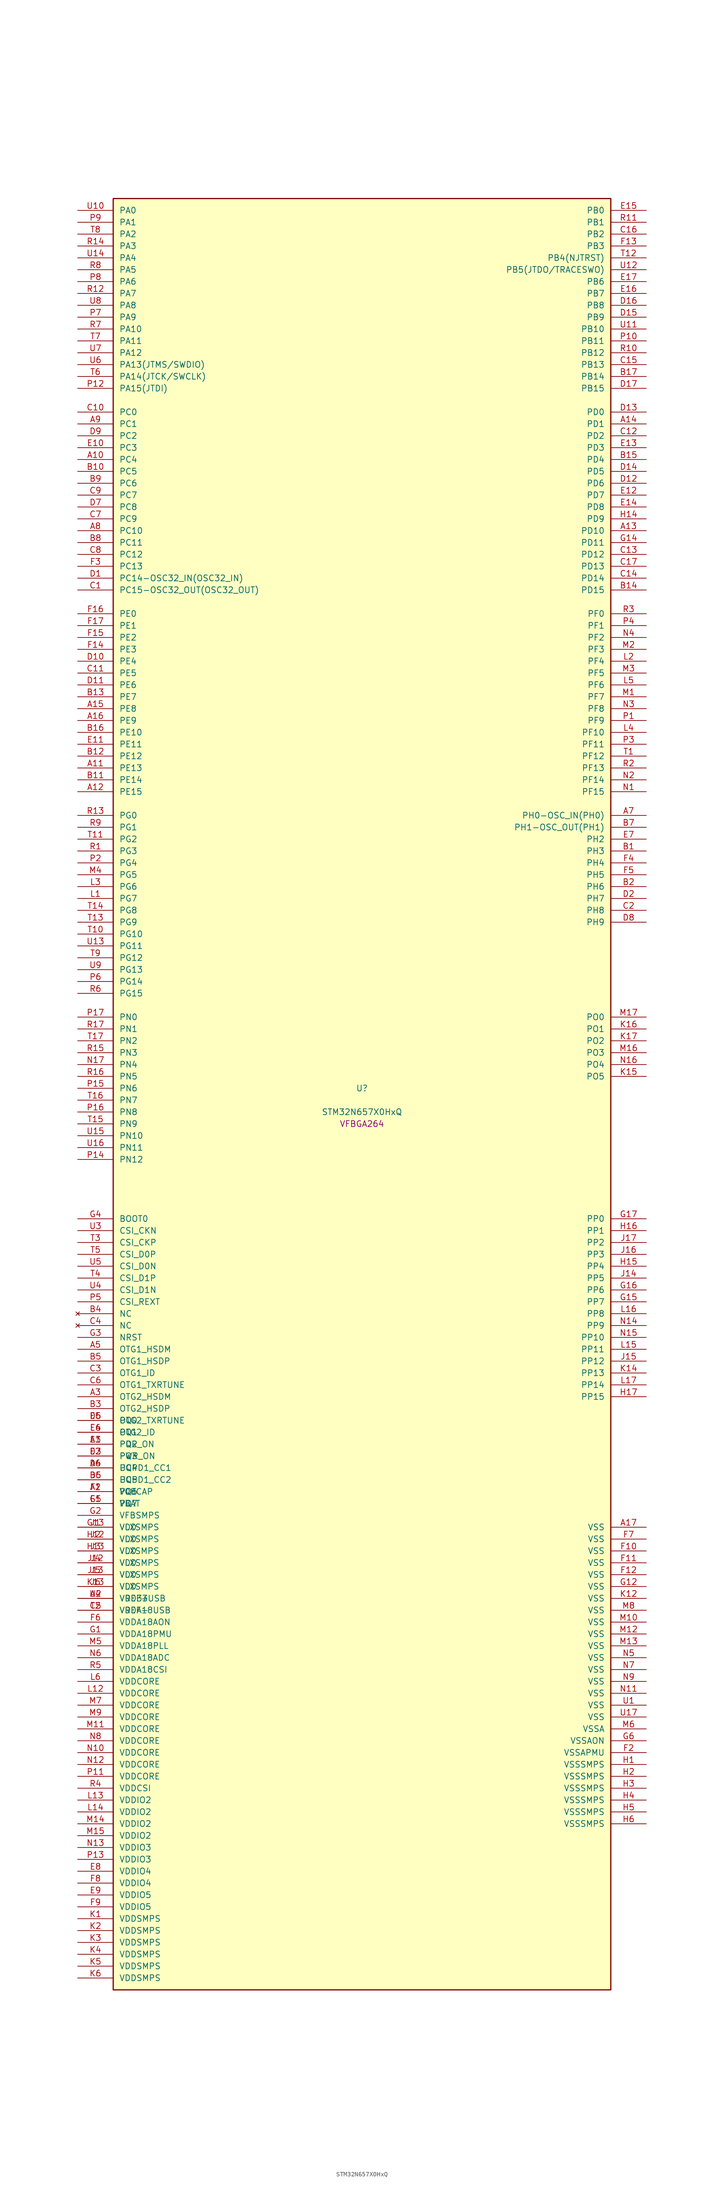
<source format=kicad_sym>
(kicad_symbol_lib
  (version 20241209)
  (generator "stm32_pkl_generator")
  (generator_version "1.0")
  (symbol "STM32N657X0HxQ"
    (pin_names
      (offset 1.27))
    (property "Reference" "U"
      (at 0 2.54 0))
    (property "Value" "STM32N657X0HxQ"
      (at 0 -2.54 0))
    (property "Footprint" "VFBGA264"
      (at 0 -5.08 0))
    (symbol "STM32N657X0HxQ_1_1"
      (rectangle (start -53.34 193.04) (end 53.34 -190.5) (stroke (width 0.254) (type solid)) (fill (type background)))
      (pin bidirectional line (at -60.96 190.5 0) (length 7.62) (name "PA0") (number "U10") (alternate "PA0/ADC1_INN1" bidirectional line) (alternate "PA0/ADC1_INP0" bidirectional line) (alternate "PA0/ADC2_INN1" bidirectional line) (alternate "PA0/ADC2_INP0" bidirectional line) (alternate "PA0/FMC_D7" bidirectional line) (alternate "PA0/FMC_DA7" bidirectional line) (alternate "PA0/HDP_HDP0" bidirectional line) (alternate "PA0/I2S6_WS" bidirectional line) (alternate "PA0/LTDC_G3" bidirectional line) (alternate "PA0/PWR_WKUP1" bidirectional line) (alternate "PA0/SAI2_SD_B" bidirectional line) (alternate "PA0/SDMMC2_CMD" bidirectional line) (alternate "PA0/SPI6_NSS" bidirectional line) (alternate "PA0/TIM15_BKIN" bidirectional line) (alternate "PA0/TIM2_CH1" bidirectional line) (alternate "PA0/TIM5_CH1" bidirectional line) (alternate "PA0/TIM9_CH1" bidirectional line) (alternate "PA0/UART4_TX" bidirectional line) (alternate "PA0/USART2_CTS" bidirectional line) (alternate "PA0/USART2_NSS" bidirectional line))
      (pin bidirectional line (at -60.96 187.96 0) (length 7.62) (name "PA1") (number "P9") (alternate "PA1/ADC1_INP1" bidirectional line) (alternate "PA1/ADC2_INP1" bidirectional line) (alternate "PA1/DCMIPP_D0" bidirectional line) (alternate "PA1/DCMI_D0" bidirectional line) (alternate "PA1/FMC_D6" bidirectional line) (alternate "PA1/FMC_DA6" bidirectional line) (alternate "PA1/HDP_HDP1" bidirectional line) (alternate "PA1/LPTIM3_IN1" bidirectional line) (alternate "PA1/LTDC_G2" bidirectional line) (alternate "PA1/PSSI_D0" bidirectional line) (alternate "PA1/SAI2_MCLK_B" bidirectional line) (alternate "PA1/TIM15_CH1N" bidirectional line) (alternate "PA1/TIM2_CH2" bidirectional line) (alternate "PA1/TIM5_CH2" bidirectional line) (alternate "PA1/UART4_RX" bidirectional line) (alternate "PA1/USART2_RTS" bidirectional line))
      (pin bidirectional line (at -60.96 185.42 0) (length 7.62) (name "PA2") (number "T8") (alternate "PA2/ADC1_INP14" bidirectional line) (alternate "PA2/ADC2_INP14" bidirectional line) (alternate "PA2/FMC_D5" bidirectional line) (alternate "PA2/FMC_DA5" bidirectional line) (alternate "PA2/HDP_HDP2" bidirectional line) (alternate "PA2/LPTIM3_IN2" bidirectional line) (alternate "PA2/LTDC_B7" bidirectional line) (alternate "PA2/MDIOS_MDIO" bidirectional line) (alternate "PA2/PWR_WKUP2" bidirectional line) (alternate "PA2/SAI2_SCK_B" bidirectional line) (alternate "PA2/TIM15_CH1" bidirectional line) (alternate "PA2/TIM2_CH3" bidirectional line) (alternate "PA2/TIM5_CH3" bidirectional line) (alternate "PA2/USART2_TX" bidirectional line))
      (pin bidirectional line (at -60.96 182.88 0) (length 7.62) (name "PA3") (number "R14") (alternate "PA3/FMC_A17" bidirectional line) (alternate "PA3/FMC_ALE" bidirectional line) (alternate "PA3/SAI1_SD_B" bidirectional line) (alternate "PA3/SPI5_NSS" bidirectional line) (alternate "PA3/TIM16_CH1" bidirectional line) (alternate "PA3/UART7_RX" bidirectional line))
      (pin bidirectional line (at -60.96 180.34 0) (length 7.62) (name "PA4") (number "U14") (alternate "PA4/DCMIPP_D3" bidirectional line) (alternate "PA4/DCMI_D3" bidirectional line) (alternate "PA4/FMC_A13" bidirectional line) (alternate "PA4/PSSI_D3" bidirectional line) (alternate "PA4/SPI5_MOSI" bidirectional line) (alternate "PA4/USART6_RX" bidirectional line))
      (pin bidirectional line (at -60.96 177.8 0) (length 7.62) (name "PA5") (number "R8") (alternate "PA5/ADC2_INP18" bidirectional line) (alternate "PA5/DCMIPP_D8" bidirectional line) (alternate "PA5/DCMI_D8" bidirectional line) (alternate "PA5/FMC_NOE" bidirectional line) (alternate "PA5/HDP_HDP5" bidirectional line) (alternate "PA5/I2S1_CK" bidirectional line) (alternate "PA5/I2S6_CK" bidirectional line) (alternate "PA5/I3C1_SCL" bidirectional line) (alternate "PA5/LTDC_CLK" bidirectional line) (alternate "PA5/PSSI_D8" bidirectional line) (alternate "PA5/PWR_CSTOP" bidirectional line) (alternate "PA5/SPI1_SCK" bidirectional line) (alternate "PA5/SPI6_SCK" bidirectional line) (alternate "PA5/TIM10_CH1" bidirectional line) (alternate "PA5/TIM2_CH1" bidirectional line) (alternate "PA5/TIM2_ETR" bidirectional line) (alternate "PA5/TIM9_CH2" bidirectional line))
      (pin bidirectional line (at -60.96 175.26 0) (length 7.62) (name "PA6") (number "P8") (alternate "PA6/ADC1_INP3" bidirectional line) (alternate "PA6/ADC2_INP3" bidirectional line) (alternate "PA6/BOOT1" bidirectional line) (alternate "PA6/DCMIPP_PIXCLK" bidirectional line) (alternate "PA6/DCMI_PIXCLK" bidirectional line) (alternate "PA6/HDP_HDP6" bidirectional line) (alternate "PA6/I2S1_SDI" bidirectional line) (alternate "PA6/I2S6_SDI" bidirectional line) (alternate "PA6/I3C1_SDA" bidirectional line) (alternate "PA6/LPTIM3_ETR" bidirectional line) (alternate "PA6/LTDC_B7" bidirectional line) (alternate "PA6/LTDC_HSYNC" bidirectional line) (alternate "PA6/MDIOS_MDC" bidirectional line) (alternate "PA6/PSSI_PDCK" bidirectional line) (alternate "PA6/SPI1_MISO" bidirectional line) (alternate "PA6/SPI6_MISO" bidirectional line) (alternate "PA6/TIM13_CH1" bidirectional line) (alternate "PA6/TIM1_BKIN" bidirectional line) (alternate "PA6/TIM3_CH1" bidirectional line))
      (pin bidirectional line (at -60.96 172.72 0) (length 7.62) (name "PA7") (number "R12") (alternate "PA7/HDP_HDP7" bidirectional line) (alternate "PA7/I2S1_SDO" bidirectional line) (alternate "PA7/I2S6_SDO" bidirectional line) (alternate "PA7/LTDC_B1" bidirectional line) (alternate "PA7/LTDC_R4" bidirectional line) (alternate "PA7/SPI1_MOSI" bidirectional line) (alternate "PA7/SPI6_MOSI" bidirectional line) (alternate "PA7/TIM14_CH1" bidirectional line) (alternate "PA7/TIM1_CH1N" bidirectional line) (alternate "PA7/TIM3_CH2" bidirectional line) (alternate "PA7/USART1_RX" bidirectional line))
      (pin bidirectional line (at -60.96 170.18 0) (length 7.62) (name "PA8") (number "U8") (alternate "PA8/ADC1_INP5" bidirectional line) (alternate "PA8/ADC2_INP5" bidirectional line) (alternate "PA8/FMC_D4" bidirectional line) (alternate "PA8/FMC_DA4" bidirectional line) (alternate "PA8/HDP_HDP0" bidirectional line) (alternate "PA8/I2C3_SCL" bidirectional line) (alternate "PA8/I3C2_SCL" bidirectional line) (alternate "PA8/LTDC_B6" bidirectional line) (alternate "PA8/RCC_MCO_1" bidirectional line) (alternate "PA8/TIM11_CH1" bidirectional line) (alternate "PA8/TIM1_CH1" bidirectional line) (alternate "PA8/UART7_RX" bidirectional line) (alternate "PA8/USART1_CK" bidirectional line))
      (pin bidirectional line (at -60.96 167.64 0) (length 7.62) (name "PA9") (number "P7") (alternate "PA9/ADC1_INP10" bidirectional line) (alternate "PA9/ADC2_INP10" bidirectional line) (alternate "PA9/DCMIPP_D0" bidirectional line) (alternate "PA9/DCMI_D0" bidirectional line) (alternate "PA9/FMC_D3" bidirectional line) (alternate "PA9/FMC_DA3" bidirectional line) (alternate "PA9/HDP_HDP1" bidirectional line) (alternate "PA9/I2C3_SDA" bidirectional line) (alternate "PA9/I2S2_CK" bidirectional line) (alternate "PA9/I3C2_SDA" bidirectional line) (alternate "PA9/LPUART1_TX" bidirectional line) (alternate "PA9/LTDC_B5" bidirectional line) (alternate "PA9/PSSI_D0" bidirectional line) (alternate "PA9/SPI2_SCK" bidirectional line) (alternate "PA9/TIM1_CH2" bidirectional line) (alternate "PA9/USART1_TX" bidirectional line))
      (pin bidirectional line (at -60.96 165.1 0) (length 7.62) (name "PA10") (number "R7") (alternate "PA10/ADC1_INN10" bidirectional line) (alternate "PA10/ADC1_INP11" bidirectional line) (alternate "PA10/ADC2_INN10" bidirectional line) (alternate "PA10/ADC2_INP11" bidirectional line) (alternate "PA10/DCMIPP_D1" bidirectional line) (alternate "PA10/DCMI_D1" bidirectional line) (alternate "PA10/FMC_D2" bidirectional line) (alternate "PA10/FMC_DA2" bidirectional line) (alternate "PA10/HDP_HDP2" bidirectional line) (alternate "PA10/LPUART1_RX" bidirectional line) (alternate "PA10/LTDC_B4" bidirectional line) (alternate "PA10/MDIOS_MDIO" bidirectional line) (alternate "PA10/PSSI_D1" bidirectional line) (alternate "PA10/PWR_CSLEEP" bidirectional line) (alternate "PA10/TIM1_CH3" bidirectional line) (alternate "PA10/USART1_RX" bidirectional line))
      (pin bidirectional line (at -60.96 162.56 0) (length 7.62) (name "PA11") (number "T7") (alternate "PA11/ADC1_EXTI11" bidirectional line) (alternate "PA11/ADC1_INN11" bidirectional line) (alternate "PA11/ADC1_INP12" bidirectional line) (alternate "PA11/ADC2_EXTI11" bidirectional line) (alternate "PA11/ADC2_INN11" bidirectional line) (alternate "PA11/ADC2_INP12" bidirectional line) (alternate "PA11/FDCAN1_RX" bidirectional line) (alternate "PA11/FMC_D1" bidirectional line) (alternate "PA11/FMC_DA1" bidirectional line) (alternate "PA11/HDP_HDP3" bidirectional line) (alternate "PA11/I2S2_WS" bidirectional line) (alternate "PA11/LPUART1_CTS" bidirectional line) (alternate "PA11/LTDC_B3" bidirectional line) (alternate "PA11/SPI2_NSS" bidirectional line) (alternate "PA11/TIM1_CH4" bidirectional line) (alternate "PA11/UART4_RX" bidirectional line) (alternate "PA11/USART1_CTS" bidirectional line) (alternate "PA11/USART1_NSS" bidirectional line))
      (pin bidirectional line (at -60.96 160.02 0) (length 7.62) (name "PA12") (number "U7") (alternate "PA12/ADC1_INN12" bidirectional line) (alternate "PA12/ADC1_INP13" bidirectional line) (alternate "PA12/ADC2_INN12" bidirectional line) (alternate "PA12/ADC2_INP13" bidirectional line) (alternate "PA12/FDCAN1_TX" bidirectional line) (alternate "PA12/FMC_D0" bidirectional line) (alternate "PA12/FMC_DA0" bidirectional line) (alternate "PA12/HDP_HDP4" bidirectional line) (alternate "PA12/I2S2_CK" bidirectional line) (alternate "PA12/LPUART1_RTS" bidirectional line) (alternate "PA12/LTDC_B2" bidirectional line) (alternate "PA12/SAI2_FS_B" bidirectional line) (alternate "PA12/SPI2_SCK" bidirectional line) (alternate "PA12/TIM1_ETR" bidirectional line) (alternate "PA12/UART4_TX" bidirectional line) (alternate "PA12/USART1_RTS" bidirectional line))
      (pin bidirectional line (at -60.96 157.48 0) (length 7.62) (name "PA13(JTMS/SWDIO)") (number "U6") (alternate "PA13(JTMS/SWDIO)/DEBUG_JTMS-SWDIO" bidirectional line) (alternate "PA13(JTMS/SWDIO)/HDP_HDP5" bidirectional line))
      (pin bidirectional line (at -60.96 154.94 0) (length 7.62) (name "PA14(JTCK/SWCLK)") (number "T6") (alternate "PA14(JTCK/SWCLK)/DEBUG_JTCK-SWCLK" bidirectional line) (alternate "PA14(JTCK/SWCLK)/HDP_HDP6" bidirectional line))
      (pin bidirectional line (at -60.96 152.4 0) (length 7.62) (name "PA15(JTDI)") (number "P12") (alternate "PA15(JTDI)/ADC1_EXTI15" bidirectional line) (alternate "PA15(JTDI)/ADC2_EXTI15" bidirectional line) (alternate "PA15(JTDI)/DEBUG_JTDI" bidirectional line) (alternate "PA15(JTDI)/FMC_D15" bidirectional line) (alternate "PA15(JTDI)/FMC_DA15" bidirectional line) (alternate "PA15(JTDI)/HDP_HDP7" bidirectional line) (alternate "PA15(JTDI)/I2S1_WS" bidirectional line) (alternate "PA15(JTDI)/I2S3_WS" bidirectional line) (alternate "PA15(JTDI)/I2S6_WS" bidirectional line) (alternate "PA15(JTDI)/LTDC_R5" bidirectional line) (alternate "PA15(JTDI)/SPI1_NSS" bidirectional line) (alternate "PA15(JTDI)/SPI3_NSS" bidirectional line) (alternate "PA15(JTDI)/SPI6_NSS" bidirectional line) (alternate "PA15(JTDI)/TIM2_CH1" bidirectional line) (alternate "PA15(JTDI)/TIM2_ETR" bidirectional line) (alternate "PA15(JTDI)/UART4_DE" bidirectional line) (alternate "PA15(JTDI)/UART4_RTS" bidirectional line) (alternate "PA15(JTDI)/UART7_TX" bidirectional line))
      (pin bidirectional line (at 60.96 190.5 180) (length 7.62) (name "PB0") (number "E15") (alternate "PB0/ADF1_SDI0" bidirectional line) (alternate "PB0/DCMIPP_D4" bidirectional line) (alternate "PB0/DCMI_D4" bidirectional line) (alternate "PB0/DEBUG_TRACED1" bidirectional line) (alternate "PB0/FMC_D13" bidirectional line) (alternate "PB0/FMC_DA13" bidirectional line) (alternate "PB0/MDF1_SDI2" bidirectional line) (alternate "PB0/PSSI_D4" bidirectional line) (alternate "PB0/SAI1_D2" bidirectional line) (alternate "PB0/SAI1_FS_A" bidirectional line) (alternate "PB0/SPI4_NSS" bidirectional line) (alternate "PB0/TIM15_CH1N" bidirectional line) (alternate "PB0/TIM1_CH4" bidirectional line))
      (pin bidirectional line (at 60.96 187.96 180) (length 7.62) (name "PB1") (number "R11") (alternate "PB1/FDCAN2_TX" bidirectional line) (alternate "PB1/FMC_NOE" bidirectional line) (alternate "PB1/HDP_HDP1" bidirectional line) (alternate "PB1/LTDC_R1" bidirectional line) (alternate "PB1/TIM1_CH3N" bidirectional line) (alternate "PB1/TIM3_CH4" bidirectional line) (alternate "PB1/TIM9_CH2" bidirectional line) (alternate "PB1/USART2_TX" bidirectional line))
      (pin bidirectional line (at 60.96 185.42 180) (length 7.62) (name "PB2") (number "C16") (alternate "PB2/ADF1_SDI0" bidirectional line) (alternate "PB2/FMC_D2" bidirectional line) (alternate "PB2/FMC_DA2" bidirectional line) (alternate "PB2/HDP_HDP2" bidirectional line) (alternate "PB2/I2S3_SDO" bidirectional line) (alternate "PB2/LTDC_B2" bidirectional line) (alternate "PB2/MDF1_SDI1" bidirectional line) (alternate "PB2/RTC_OUT2" bidirectional line) (alternate "PB2/SAI1_D1" bidirectional line) (alternate "PB2/SAI1_SD_A" bidirectional line) (alternate "PB2/SPI3_MOSI" bidirectional line) (alternate "PB2/TIM1_CH1" bidirectional line))
      (pin bidirectional line (at 60.96 182.88 180) (length 7.62) (name "PB3") (number "F13") (alternate "PB3/DEBUG_JTDO-SWO" bidirectional line) (alternate "PB3/DEBUG_TRACECLK" bidirectional line) (alternate "PB3/FMC_A23" bidirectional line) (alternate "PB3/FMC_NBL1" bidirectional line) (alternate "PB3/GFXTIM_FCKCAL" bidirectional line) (alternate "PB3/GFXTIM_LCKCAL" bidirectional line) (alternate "PB3/HDP_HDP0" bidirectional line) (alternate "PB3/MDF1_CKI1" bidirectional line) (alternate "PB3/SAI2_FS_B" bidirectional line) (alternate "PB3/TIM1_CH4N" bidirectional line) (alternate "PB3/USART1_CK" bidirectional line))
      (pin bidirectional line (at 60.96 180.34 180) (length 7.62) (name "PB4(NJTRST)") (number "T12") (alternate "PB4(NJTRST)/DCMIPP_VSYNC" bidirectional line) (alternate "PB4(NJTRST)/DCMI_VSYNC" bidirectional line) (alternate "PB4(NJTRST)/DEBUG_NJTRST" bidirectional line) (alternate "PB4(NJTRST)/FMC_D13" bidirectional line) (alternate "PB4(NJTRST)/FMC_DA13" bidirectional line) (alternate "PB4(NJTRST)/HDP_HDP4" bidirectional line) (alternate "PB4(NJTRST)/I2S1_SDI" bidirectional line) (alternate "PB4(NJTRST)/I2S2_WS" bidirectional line) (alternate "PB4(NJTRST)/I2S3_SDI" bidirectional line) (alternate "PB4(NJTRST)/I2S6_SDI" bidirectional line) (alternate "PB4(NJTRST)/LPTIM4_ETR" bidirectional line) (alternate "PB4(NJTRST)/LTDC_R3" bidirectional line) (alternate "PB4(NJTRST)/PSSI_RDY" bidirectional line) (alternate "PB4(NJTRST)/SDMMC2_D3" bidirectional line) (alternate "PB4(NJTRST)/SPI1_MISO" bidirectional line) (alternate "PB4(NJTRST)/SPI2_NSS" bidirectional line) (alternate "PB4(NJTRST)/SPI3_MISO" bidirectional line) (alternate "PB4(NJTRST)/SPI6_MISO" bidirectional line) (alternate "PB4(NJTRST)/TIM16_BKIN" bidirectional line) (alternate "PB4(NJTRST)/TIM3_CH1" bidirectional line) (alternate "PB4(NJTRST)/UART7_TX" bidirectional line))
      (pin bidirectional line (at 60.96 177.8 180) (length 7.62) (name "PB5(JTDO/TRACESWO)") (number "U12") (alternate "PB5(JTDO/TRACESWO)/DCMIPP_D10" bidirectional line) (alternate "PB5(JTDO/TRACESWO)/DCMI_D10" bidirectional line) (alternate "PB5(JTDO/TRACESWO)/DEBUG_JTDO-SWO" bidirectional line) (alternate "PB5(JTDO/TRACESWO)/FDCAN2_RX" bidirectional line) (alternate "PB5(JTDO/TRACESWO)/FMC_D12" bidirectional line) (alternate "PB5(JTDO/TRACESWO)/FMC_DA12" bidirectional line) (alternate "PB5(JTDO/TRACESWO)/HDP_HDP5" bidirectional line) (alternate "PB5(JTDO/TRACESWO)/I2C1_SMBA" bidirectional line) (alternate "PB5(JTDO/TRACESWO)/I2S1_SDO" bidirectional line) (alternate "PB5(JTDO/TRACESWO)/I2S3_SDO" bidirectional line) (alternate "PB5(JTDO/TRACESWO)/I2S6_SDO" bidirectional line) (alternate "PB5(JTDO/TRACESWO)/LPTIM4_OUT" bidirectional line) (alternate "PB5(JTDO/TRACESWO)/LTDC_R2" bidirectional line) (alternate "PB5(JTDO/TRACESWO)/PSSI_D10" bidirectional line) (alternate "PB5(JTDO/TRACESWO)/SPI1_MOSI" bidirectional line) (alternate "PB5(JTDO/TRACESWO)/SPI3_MOSI" bidirectional line) (alternate "PB5(JTDO/TRACESWO)/SPI6_MOSI" bidirectional line) (alternate "PB5(JTDO/TRACESWO)/TIM17_BKIN" bidirectional line) (alternate "PB5(JTDO/TRACESWO)/TIM3_CH2" bidirectional line) (alternate "PB5(JTDO/TRACESWO)/UART5_RX" bidirectional line))
      (pin bidirectional line (at 60.96 175.26 180) (length 7.62) (name "PB6") (number "E17") (alternate "PB6/ADF1_CCK1" bidirectional line) (alternate "PB6/DCMIPP_D6" bidirectional line) (alternate "PB6/DCMI_D6" bidirectional line) (alternate "PB6/DEBUG_TRACED2" bidirectional line) (alternate "PB6/FMC_D14" bidirectional line) (alternate "PB6/FMC_DA14" bidirectional line) (alternate "PB6/MDF1_CCK1" bidirectional line) (alternate "PB6/PSSI_D6" bidirectional line) (alternate "PB6/SAI1_CK2" bidirectional line) (alternate "PB6/SAI1_SCK_A" bidirectional line) (alternate "PB6/SPI4_MISO" bidirectional line) (alternate "PB6/TIM15_CH1" bidirectional line))
      (pin bidirectional line (at 60.96 172.72 180) (length 7.62) (name "PB7") (number "E16") (alternate "PB7/ADF1_SDI0" bidirectional line) (alternate "PB7/DCMIPP_D7" bidirectional line) (alternate "PB7/DCMI_D7" bidirectional line) (alternate "PB7/DEBUG_TRACED3" bidirectional line) (alternate "PB7/FMC_D15" bidirectional line) (alternate "PB7/FMC_DA15" bidirectional line) (alternate "PB7/MDF1_SDI1" bidirectional line) (alternate "PB7/PSSI_D7" bidirectional line) (alternate "PB7/SAI1_D1" bidirectional line) (alternate "PB7/SAI1_SD_A" bidirectional line) (alternate "PB7/SAI2_MCLK_B" bidirectional line) (alternate "PB7/SPI4_MOSI" bidirectional line) (alternate "PB7/TIM15_CH2" bidirectional line) (alternate "PB7/TIM1_BKIN2" bidirectional line))
      (pin bidirectional line (at 60.96 170.18 180) (length 7.62) (name "PB8") (number "D16") (alternate "PB8/DCMIPP_VSYNC" bidirectional line) (alternate "PB8/DCMI_VSYNC" bidirectional line) (alternate "PB8/FMC_D1" bidirectional line) (alternate "PB8/FMC_DA1" bidirectional line) (alternate "PB8/I2S1_SDI" bidirectional line) (alternate "PB8/PSSI_RDY" bidirectional line) (alternate "PB8/SAI2_FS_B" bidirectional line) (alternate "PB8/SDMMC2_D0" bidirectional line) (alternate "PB8/SPDIFRX1_IN3" bidirectional line) (alternate "PB8/SPI1_MISO" bidirectional line) (alternate "PB8/USART6_RX" bidirectional line))
      (pin bidirectional line (at 60.96 167.64 180) (length 7.62) (name "PB9") (number "D15") (alternate "PB9/DCMIPP_D3" bidirectional line) (alternate "PB9/DCMI_D3" bidirectional line) (alternate "PB9/FMC_D3" bidirectional line) (alternate "PB9/FMC_DA3" bidirectional line) (alternate "PB9/I2S1_CK" bidirectional line) (alternate "PB9/LPTIM1_IN2" bidirectional line) (alternate "PB9/PSSI_D3" bidirectional line) (alternate "PB9/SDMMC2_D2" bidirectional line) (alternate "PB9/SPDIFRX1_IN0" bidirectional line) (alternate "PB9/SPI1_SCK" bidirectional line) (alternate "PB9/USART10_TX" bidirectional line))
      (pin bidirectional line (at 60.96 165.1 180) (length 7.62) (name "PB10") (number "U11") (alternate "PB10/ADC1_INN4" bidirectional line) (alternate "PB10/ADC1_INP8" bidirectional line) (alternate "PB10/ADC2_INN4" bidirectional line) (alternate "PB10/ADC2_INP8" bidirectional line) (alternate "PB10/FMC_D11" bidirectional line) (alternate "PB10/FMC_DA11" bidirectional line) (alternate "PB10/HDP_HDP2" bidirectional line) (alternate "PB10/I2C2_SCL" bidirectional line) (alternate "PB10/I2S2_CK" bidirectional line) (alternate "PB10/I3C2_SCL" bidirectional line) (alternate "PB10/LPTIM2_IN1" bidirectional line) (alternate "PB10/LTDC_G7" bidirectional line) (alternate "PB10/SPI2_SCK" bidirectional line) (alternate "PB10/TIM2_CH3" bidirectional line) (alternate "PB10/USART3_TX" bidirectional line))
      (pin bidirectional line (at 60.96 162.56 180) (length 7.62) (name "PB11") (number "P10") (alternate "PB11/ADC1_EXTI11" bidirectional line) (alternate "PB11/ADC1_INP4" bidirectional line) (alternate "PB11/ADC2_EXTI11" bidirectional line) (alternate "PB11/ADC2_INP4" bidirectional line) (alternate "PB11/FMC_D10" bidirectional line) (alternate "PB11/FMC_DA10" bidirectional line) (alternate "PB11/HDP_HDP3" bidirectional line) (alternate "PB11/I2C2_SDA" bidirectional line) (alternate "PB11/I3C2_SDA" bidirectional line) (alternate "PB11/LPTIM2_ETR" bidirectional line) (alternate "PB11/LTDC_G6" bidirectional line) (alternate "PB11/TIM2_CH4" bidirectional line) (alternate "PB11/USART3_RX" bidirectional line))
      (pin bidirectional line (at 60.96 160.02 180) (length 7.62) (name "PB12") (number "R10") (alternate "PB12/FDCAN2_RX" bidirectional line) (alternate "PB12/FMC_D9" bidirectional line) (alternate "PB12/FMC_DA9" bidirectional line) (alternate "PB12/HDP_HDP4" bidirectional line) (alternate "PB12/I2C2_SMBA" bidirectional line) (alternate "PB12/I2S2_WS" bidirectional line) (alternate "PB12/LPTIM2_IN2" bidirectional line) (alternate "PB12/LTDC_G5" bidirectional line) (alternate "PB12/SPI2_NSS" bidirectional line) (alternate "PB12/TIM1_BKIN" bidirectional line) (alternate "PB12/UART5_RX" bidirectional line) (alternate "PB12/USART3_CK" bidirectional line))
      (pin bidirectional line (at 60.96 157.48 180) (length 7.62) (name "PB13") (number "C15") (alternate "PB13/DEBUG_TRACED0" bidirectional line) (alternate "PB13/FMC_D5" bidirectional line) (alternate "PB13/FMC_DA5" bidirectional line) (alternate "PB13/I2S6_CK" bidirectional line) (alternate "PB13/LPTIM1_CH1" bidirectional line) (alternate "PB13/LTDC_CLK" bidirectional line) (alternate "PB13/SDMMC2_D6" bidirectional line) (alternate "PB13/SPI6_SCK" bidirectional line) (alternate "PB13/TIM8_CH3N" bidirectional line) (alternate "PB13/USART10_CTS" bidirectional line) (alternate "PB13/USART10_NSS" bidirectional line) (alternate "PB13/USART6_CTS" bidirectional line) (alternate "PB13/USART6_NSS" bidirectional line))
      (pin bidirectional line (at 60.96 154.94 180) (length 7.62) (name "PB14") (number "B17") (alternate "PB14/DCMIPP_D10" bidirectional line) (alternate "PB14/DCMI_D10" bidirectional line) (alternate "PB14/FMC_D7" bidirectional line) (alternate "PB14/FMC_DA7" bidirectional line) (alternate "PB14/LPTIM1_CH2" bidirectional line) (alternate "PB14/LTDC_HSYNC" bidirectional line) (alternate "PB14/PSSI_D10" bidirectional line) (alternate "PB14/TIM8_CH4N" bidirectional line) (alternate "PB14/USART10_CK" bidirectional line) (alternate "PB14/USART6_CTS" bidirectional line) (alternate "PB14/USART6_NSS" bidirectional line))
      (pin bidirectional line (at 60.96 152.4 180) (length 7.62) (name "PB15") (number "D17") (alternate "PB15/ADC1_EXTI15" bidirectional line) (alternate "PB15/ADC2_EXTI15" bidirectional line) (alternate "PB15/FMC_D0" bidirectional line) (alternate "PB15/FMC_DA0" bidirectional line) (alternate "PB15/I2S6_WS" bidirectional line) (alternate "PB15/LTDC_G4" bidirectional line) (alternate "PB15/SPDIFRX1_IN2" bidirectional line) (alternate "PB15/SPI6_NSS" bidirectional line) (alternate "PB15/USART6_RTS" bidirectional line))
      (pin bidirectional line (at -60.96 147.32 0) (length 7.62) (name "PC0") (number "C10") (alternate "PC0/DCMIPP_HSYNC" bidirectional line) (alternate "PC0/DCMI_HSYNC" bidirectional line) (alternate "PC0/FMC_D14" bidirectional line) (alternate "PC0/FMC_DA14" bidirectional line) (alternate "PC0/HDP_HDP3" bidirectional line) (alternate "PC0/I2S1_CK" bidirectional line) (alternate "PC0/I2S3_CK" bidirectional line) (alternate "PC0/I2S6_CK" bidirectional line) (alternate "PC0/LPTIM4_IN1" bidirectional line) (alternate "PC0/LTDC_R4" bidirectional line) (alternate "PC0/MDF1_CKI1" bidirectional line) (alternate "PC0/PSSI_DE" bidirectional line) (alternate "PC0/SDMMC2_D2" bidirectional line) (alternate "PC0/SPI1_SCK" bidirectional line) (alternate "PC0/SPI3_SCK" bidirectional line) (alternate "PC0/SPI6_SCK" bidirectional line) (alternate "PC0/TIM2_CH2" bidirectional line) (alternate "PC0/UART7_RX" bidirectional line))
      (pin bidirectional line (at -60.96 144.78 0) (length 7.62) (name "PC1") (number "A9") (alternate "PC1/DCMIPP_D7" bidirectional line) (alternate "PC1/DCMI_D7" bidirectional line) (alternate "PC1/FDCAN1_TX" bidirectional line) (alternate "PC1/HDP_HDP1" bidirectional line) (alternate "PC1/I2C1_SDA" bidirectional line) (alternate "PC1/I2S2_WS" bidirectional line) (alternate "PC1/I3C1_SDA" bidirectional line) (alternate "PC1/PSSI_D7" bidirectional line) (alternate "PC1/SDMMC1_CDIR" bidirectional line) (alternate "PC1/SDMMC1_D5" bidirectional line) (alternate "PC1/SDMMC2_D5" bidirectional line) (alternate "PC1/SPI2_NSS" bidirectional line) (alternate "PC1/TIM17_CH1" bidirectional line) (alternate "PC1/TIM4_CH4" bidirectional line) (alternate "PC1/UART4_TX" bidirectional line))
      (pin bidirectional line (at -60.96 142.24 0) (length 7.62) (name "PC2") (number "D9") (alternate "PC2/ADF1_SDI0" bidirectional line) (alternate "PC2/DCMIPP_D13" bidirectional line) (alternate "PC2/DCMI_D13" bidirectional line) (alternate "PC2/FMC_NE3" bidirectional line) (alternate "PC2/I2S3_SDO" bidirectional line) (alternate "PC2/MDF1_SDI1" bidirectional line) (alternate "PC2/PSSI_D13" bidirectional line) (alternate "PC2/SAI1_D1" bidirectional line) (alternate "PC2/SAI1_SCK_A" bidirectional line) (alternate "PC2/SDMMC2_CK" bidirectional line) (alternate "PC2/SPI3_MOSI" bidirectional line) (alternate "PC2/USART2_RX" bidirectional line))
      (pin bidirectional line (at -60.96 139.7 0) (length 7.62) (name "PC3") (number "E10") (alternate "PC3/DCMIPP_D2" bidirectional line) (alternate "PC3/DCMI_D2" bidirectional line) (alternate "PC3/FMC_D8" bidirectional line) (alternate "PC3/FMC_DA8" bidirectional line) (alternate "PC3/I2S1_SDO" bidirectional line) (alternate "PC3/PSSI_D2" bidirectional line) (alternate "PC3/SDMMC2_CMD" bidirectional line) (alternate "PC3/SPDIFRX1_IN0" bidirectional line) (alternate "PC3/SPI1_MOSI" bidirectional line) (alternate "PC3/USART2_CK" bidirectional line))
      (pin bidirectional line (at -60.96 137.16 0) (length 7.62) (name "PC4") (number "A10") (alternate "PC4/FMC_NE1" bidirectional line) (alternate "PC4/HDP_HDP6" bidirectional line) (alternate "PC4/I2S2_SDI" bidirectional line) (alternate "PC4/LPTIM2_CH2" bidirectional line) (alternate "PC4/LTDC_DE" bidirectional line) (alternate "PC4/LTDC_VSYNC" bidirectional line) (alternate "PC4/SDMMC2_D0" bidirectional line) (alternate "PC4/SPI2_MISO" bidirectional line) (alternate "PC4/TIM12_CH1" bidirectional line) (alternate "PC4/TIM1_CH2N" bidirectional line) (alternate "PC4/UART4_DE" bidirectional line) (alternate "PC4/UART4_RTS" bidirectional line) (alternate "PC4/USART1_TX" bidirectional line) (alternate "PC4/USART3_RTS" bidirectional line))
      (pin bidirectional line (at -60.96 134.62 0) (length 7.62) (name "PC5") (number "B10") (alternate "PC5/DCMIPP_D2" bidirectional line) (alternate "PC5/DCMI_D2" bidirectional line) (alternate "PC5/FMC_NWE" bidirectional line) (alternate "PC5/I2S1_WS" bidirectional line) (alternate "PC5/PSSI_D2" bidirectional line) (alternate "PC5/SAI2_SD_B" bidirectional line) (alternate "PC5/SDMMC2_D1" bidirectional line) (alternate "PC5/SPI1_NSS" bidirectional line))
      (pin bidirectional line (at -60.96 132.08 0) (length 7.62) (name "PC6") (number "B9") (alternate "PC6/DCMIPP_D1" bidirectional line) (alternate "PC6/DCMI_D1" bidirectional line) (alternate "PC6/HDP_HDP6" bidirectional line) (alternate "PC6/I2S2_MCK" bidirectional line) (alternate "PC6/PSSI_D1" bidirectional line) (alternate "PC6/SDMMC1_D0DIR" bidirectional line) (alternate "PC6/SDMMC1_D6" bidirectional line) (alternate "PC6/SDMMC2_D6" bidirectional line) (alternate "PC6/TIM1_CH1" bidirectional line) (alternate "PC6/TIM3_CH1" bidirectional line) (alternate "PC6/TIM9_CH1" bidirectional line) (alternate "PC6/USART6_TX" bidirectional line))
      (pin bidirectional line (at -60.96 129.54 0) (length 7.62) (name "PC7") (number "C9") (alternate "PC7/DCMIPP_D1" bidirectional line) (alternate "PC7/DCMI_D1" bidirectional line) (alternate "PC7/DEBUG_TRGIO" bidirectional line) (alternate "PC7/HDP_HDP7" bidirectional line) (alternate "PC7/I2S3_MCK" bidirectional line) (alternate "PC7/PSSI_D1" bidirectional line) (alternate "PC7/SDMMC1_D123DIR" bidirectional line) (alternate "PC7/SDMMC1_D7" bidirectional line) (alternate "PC7/SDMMC2_D7" bidirectional line) (alternate "PC7/TIM16_CH1N" bidirectional line) (alternate "PC7/TIM3_CH2" bidirectional line) (alternate "PC7/TIM9_CH2" bidirectional line) (alternate "PC7/USART6_RX" bidirectional line))
      (pin bidirectional line (at -60.96 127 0) (length 7.62) (name "PC8") (number "D7") (alternate "PC8/DCMIPP_D2" bidirectional line) (alternate "PC8/DCMI_D2" bidirectional line) (alternate "PC8/DEBUG_TRACED1" bidirectional line) (alternate "PC8/FMC_NE4" bidirectional line) (alternate "PC8/HDP_HDP0" bidirectional line) (alternate "PC8/I2C3_SMBA" bidirectional line) (alternate "PC8/LTDC_B0" bidirectional line) (alternate "PC8/PSSI_D2" bidirectional line) (alternate "PC8/SDMMC1_D0" bidirectional line) (alternate "PC8/TIM3_CH3" bidirectional line) (alternate "PC8/UART5_DE" bidirectional line) (alternate "PC8/UART5_RTS" bidirectional line) (alternate "PC8/UCPD1_FRSTX1" bidirectional line) (alternate "PC8/USART6_CK" bidirectional line))
      (pin bidirectional line (at -60.96 124.46 0) (length 7.62) (name "PC9") (number "C7") (alternate "PC9/AUDIOCLK" bidirectional line) (alternate "PC9/DCMIPP_D3" bidirectional line) (alternate "PC9/DCMI_D3" bidirectional line) (alternate "PC9/HDP_HDP1" bidirectional line) (alternate "PC9/I2C3_SDA" bidirectional line) (alternate "PC9/LTDC_B3" bidirectional line) (alternate "PC9/PSSI_D3" bidirectional line) (alternate "PC9/RCC_MCO_2" bidirectional line) (alternate "PC9/SDMMC1_D1" bidirectional line) (alternate "PC9/TIM3_CH4" bidirectional line) (alternate "PC9/UART5_CTS" bidirectional line) (alternate "PC9/UCPD1_FRSTX2" bidirectional line) (alternate "PC9/USART6_RX" bidirectional line))
      (pin bidirectional line (at -60.96 121.92 0) (length 7.62) (name "PC10") (number "A8") (alternate "PC10/DCMIPP_D14" bidirectional line) (alternate "PC10/FMC_CLK" bidirectional line) (alternate "PC10/HDP_HDP2" bidirectional line) (alternate "PC10/I2C4_SCL" bidirectional line) (alternate "PC10/I2S3_CK" bidirectional line) (alternate "PC10/I3C2_SCL" bidirectional line) (alternate "PC10/PSSI_D14" bidirectional line) (alternate "PC10/SDMMC1_D2" bidirectional line) (alternate "PC10/SPI3_SCK" bidirectional line) (alternate "PC10/TIM1_BKIN" bidirectional line) (alternate "PC10/UART4_TX" bidirectional line) (alternate "PC10/USART3_TX" bidirectional line))
      (pin bidirectional line (at -60.96 119.38 0) (length 7.62) (name "PC11") (number "B8") (alternate "PC11/ADC1_EXTI11" bidirectional line) (alternate "PC11/ADC2_EXTI11" bidirectional line) (alternate "PC11/DCMIPP_D4" bidirectional line) (alternate "PC11/DCMI_D4" bidirectional line) (alternate "PC11/HDP_HDP3" bidirectional line) (alternate "PC11/I2C4_SDA" bidirectional line) (alternate "PC11/I2S3_SDI" bidirectional line) (alternate "PC11/I3C2_SDA" bidirectional line) (alternate "PC11/PSSI_D4" bidirectional line) (alternate "PC11/SDMMC1_D3" bidirectional line) (alternate "PC11/SPI3_MISO" bidirectional line) (alternate "PC11/UART4_RX" bidirectional line) (alternate "PC11/USART3_RX" bidirectional line))
      (pin bidirectional line (at -60.96 116.84 0) (length 7.62) (name "PC12") (number "C8") (alternate "PC12/DCMIPP_D9" bidirectional line) (alternate "PC12/DCMI_D9" bidirectional line) (alternate "PC12/DEBUG_TRACED3" bidirectional line) (alternate "PC12/FMC_NL" bidirectional line) (alternate "PC12/HDP_HDP4" bidirectional line) (alternate "PC12/I2S3_SDO" bidirectional line) (alternate "PC12/I2S6_CK" bidirectional line) (alternate "PC12/PSSI_D9" bidirectional line) (alternate "PC12/SDMMC1_CK" bidirectional line) (alternate "PC12/SPI3_MOSI" bidirectional line) (alternate "PC12/SPI6_SCK" bidirectional line) (alternate "PC12/TIM15_CH1" bidirectional line) (alternate "PC12/TIM1_CH4" bidirectional line) (alternate "PC12/UART5_TX" bidirectional line) (alternate "PC12/USART3_CK" bidirectional line))
      (pin bidirectional line (at -60.96 114.3 0) (length 7.62) (name "PC13") (number "F3") (alternate "PC13/HDP_HDP5" bidirectional line) (alternate "PC13/PWR_WKUP3" bidirectional line) (alternate "PC13/RTC_OUT1" bidirectional line) (alternate "PC13/RTC_TS" bidirectional line) (alternate "PC13/TAMP_IN1" bidirectional line) (alternate "PC13/TAMP_OUT2" bidirectional line))
      (pin bidirectional line (at -60.96 111.76 0) (length 7.62) (name "PC14-OSC32_IN(OSC32_IN)") (number "D1") (alternate "PC14-OSC32_IN(OSC32_IN)/RCC_OSC32_IN" bidirectional line))
      (pin bidirectional line (at -60.96 109.22 0) (length 7.62) (name "PC15-OSC32_OUT(OSC32_OUT)") (number "C1") (alternate "PC15-OSC32_OUT(OSC32_OUT)/ADC1_EXTI15" bidirectional line) (alternate "PC15-OSC32_OUT(OSC32_OUT)/ADC2_EXTI15" bidirectional line) (alternate "PC15-OSC32_OUT(OSC32_OUT)/RCC_OSC32_OUT" bidirectional line))
      (pin bidirectional line (at 60.96 147.32 180) (length 7.62) (name "PD0") (number "D13") (alternate "PD0/DCMIPP_HSYNC" bidirectional line) (alternate "PD0/DCMI_HSYNC" bidirectional line) (alternate "PD0/FDCAN1_RX" bidirectional line) (alternate "PD0/FMC_A6" bidirectional line) (alternate "PD0/FMC_A22" bidirectional line) (alternate "PD0/PSSI_DE" bidirectional line) (alternate "PD0/TIM1_ETR" bidirectional line) (alternate "PD0/UART4_RX" bidirectional line) (alternate "PD0/UART9_CTS" bidirectional line))
      (pin bidirectional line (at 60.96 144.78 180) (length 7.62) (name "PD1") (number "A14") (alternate "PD1/ETH1_MDC" bidirectional line) (alternate "PD1/FDCAN1_TX" bidirectional line) (alternate "PD1/FMC_A7" bidirectional line) (alternate "PD1/FMC_A23" bidirectional line) (alternate "PD1/UART4_TX" bidirectional line))
      (pin bidirectional line (at 60.96 142.24 180) (length 7.62) (name "PD2") (number "C12") (alternate "PD2/ADF1_SDI0" bidirectional line) (alternate "PD2/DEBUG_TRACED0" bidirectional line) (alternate "PD2/FMC_A0" bidirectional line) (alternate "PD2/FMC_A16" bidirectional line) (alternate "PD2/FMC_CLE" bidirectional line) (alternate "PD2/HDP_HDP1" bidirectional line) (alternate "PD2/I2S2_SDO" bidirectional line) (alternate "PD2/MDF1_SDI1" bidirectional line) (alternate "PD2/MDIOS_MDC" bidirectional line) (alternate "PD2/PWR_WKUP4" bidirectional line) (alternate "PD2/SAI1_D1" bidirectional line) (alternate "PD2/SAI1_SD_A" bidirectional line) (alternate "PD2/SDMMC2_CK" bidirectional line) (alternate "PD2/SPI2_MOSI" bidirectional line) (alternate "PD2/TIM15_CH1N" bidirectional line) (alternate "PD2/TIM1_CH3" bidirectional line))
      (pin bidirectional line (at 60.96 139.7 180) (length 7.62) (name "PD3") (number "E13") (alternate "PD3/DCMIPP_D14" bidirectional line) (alternate "PD3/ETH1_PHY_INTN" bidirectional line) (alternate "PD3/FMC_A10" bidirectional line) (alternate "PD3/I2C2_SMBA" bidirectional line) (alternate "PD3/PSSI_D14" bidirectional line) (alternate "PD3/USART10_RX" bidirectional line) (alternate "PD3/USART6_CTS" bidirectional line))
      (pin bidirectional line (at 60.96 137.16 180) (length 7.62) (name "PD4") (number "B15") (alternate "PD4/DCMIPP_D9" bidirectional line) (alternate "PD4/DCMI_D9" bidirectional line) (alternate "PD4/FMC_A11" bidirectional line) (alternate "PD4/I2C2_SDA" bidirectional line) (alternate "PD4/PSSI_D9" bidirectional line) (alternate "PD4/SPI5_MISO" bidirectional line) (alternate "PD4/TAMP_IN7" bidirectional line) (alternate "PD4/TAMP_OUT8" bidirectional line) (alternate "PD4/TIM1_BKIN2" bidirectional line) (alternate "PD4/USART6_RTS" bidirectional line))
      (pin bidirectional line (at 60.96 134.62 180) (length 7.62) (name "PD5") (number "D14") (alternate "PD5/DCMIPP_PIXCLK" bidirectional line) (alternate "PD5/DCMI_PIXCLK" bidirectional line) (alternate "PD5/FMC_D6" bidirectional line) (alternate "PD5/FMC_DA6" bidirectional line) (alternate "PD5/PSSI_PDCK" bidirectional line) (alternate "PD5/SDMMC2_D7" bidirectional line) (alternate "PD5/TIM1_CH4N" bidirectional line) (alternate "PD5/USART2_TX" bidirectional line))
      (pin bidirectional line (at 60.96 132.08 180) (length 7.62) (name "PD6") (number "D12") (alternate "PD6/FMC_A1" bidirectional line) (alternate "PD6/FMC_A17" bidirectional line) (alternate "PD6/FMC_ALE" bidirectional line) (alternate "PD6/HDP_HDP2" bidirectional line) (alternate "PD6/I2S2_SDI" bidirectional line) (alternate "PD6/SPI2_MISO" bidirectional line) (alternate "PD6/TIM15_CH2" bidirectional line) (alternate "PD6/TIM1_CH1" bidirectional line))
      (pin bidirectional line (at 60.96 129.54 180) (length 7.62) (name "PD7") (number "E12") (alternate "PD7/DCMIPP_D0" bidirectional line) (alternate "PD7/DCMI_D0" bidirectional line) (alternate "PD7/FMC_A2" bidirectional line) (alternate "PD7/FMC_A18" bidirectional line) (alternate "PD7/HDP_HDP3" bidirectional line) (alternate "PD7/I2S2_SDO" bidirectional line) (alternate "PD7/I2S3_WS" bidirectional line) (alternate "PD7/PSSI_D0" bidirectional line) (alternate "PD7/SPI2_MOSI" bidirectional line) (alternate "PD7/SPI3_NSS" bidirectional line) (alternate "PD7/TIM15_CH1N" bidirectional line) (alternate "PD7/TIM1_CH2" bidirectional line))
      (pin bidirectional line (at 60.96 127 180) (length 7.62) (name "PD8") (number "E14") (alternate "PD8/DCMIPP_D11" bidirectional line) (alternate "PD8/DCMI_D11" bidirectional line) (alternate "PD8/FMC_NBL0" bidirectional line) (alternate "PD8/LTDC_R7" bidirectional line) (alternate "PD8/PSSI_D11" bidirectional line) (alternate "PD8/SPDIFRX1_IN1" bidirectional line) (alternate "PD8/TAMP_IN3" bidirectional line) (alternate "PD8/TAMP_OUT4" bidirectional line) (alternate "PD8/USART3_TX" bidirectional line))
      (pin bidirectional line (at 60.96 124.46 180) (length 7.62) (name "PD9") (number "H14") (alternate "PD9/DCMIPP_D11" bidirectional line) (alternate "PD9/DCMI_D11" bidirectional line) (alternate "PD9/FMC_SDCLK" bidirectional line) (alternate "PD9/LTDC_R1" bidirectional line) (alternate "PD9/PSSI_D11" bidirectional line) (alternate "PD9/TAMP_IN5" bidirectional line) (alternate "PD9/TAMP_OUT6" bidirectional line) (alternate "PD9/USART3_RX" bidirectional line))
      (pin bidirectional line (at 60.96 121.92 180) (length 7.62) (name "PD10") (number "A13") (alternate "PD10/DEBUG_TRACECLK" bidirectional line) (alternate "PD10/FMC_A3" bidirectional line) (alternate "PD10/FMC_A19" bidirectional line) (alternate "PD10/GFXTIM_TE" bidirectional line) (alternate "PD10/HDP_HDP4" bidirectional line) (alternate "PD10/I2S1_MCK" bidirectional line) (alternate "PD10/MDF1_CKI3" bidirectional line) (alternate "PD10/SAI2_FS_B" bidirectional line) (alternate "PD10/SPDIFRX1_IN2" bidirectional line) (alternate "PD10/TIM1_ETR" bidirectional line) (alternate "PD10/UCPD1_FRSTX1" bidirectional line))
      (pin bidirectional line (at 60.96 119.38 180) (length 7.62) (name "PD11") (number "G14") (alternate "PD11/ADC1_EXTI11" bidirectional line) (alternate "PD11/ADC2_EXTI11" bidirectional line) (alternate "PD11/DCMIPP_D15" bidirectional line) (alternate "PD11/FMC_D8" bidirectional line) (alternate "PD11/FMC_DA8" bidirectional line) (alternate "PD11/I2C4_SDA" bidirectional line) (alternate "PD11/I2S2_SDI" bidirectional line) (alternate "PD11/PSSI_D15" bidirectional line) (alternate "PD11/SDMMC1_D0" bidirectional line) (alternate "PD11/SPI2_MISO" bidirectional line) (alternate "PD11/UCPD1_FRSTX1" bidirectional line))
      (pin bidirectional line (at 60.96 116.84 180) (length 7.62) (name "PD12") (number "C13") (alternate "PD12/DCMIPP_D12" bidirectional line) (alternate "PD12/DCMI_D12" bidirectional line) (alternate "PD12/ETH1_MDIO" bidirectional line) (alternate "PD12/FMC_A5" bidirectional line) (alternate "PD12/FMC_A21" bidirectional line) (alternate "PD12/HDP_HDP5" bidirectional line) (alternate "PD12/MDF1_SDI3" bidirectional line) (alternate "PD12/PSSI_D12" bidirectional line) (alternate "PD12/SAI1_D3" bidirectional line) (alternate "PD12/SPDIFRX1_IN3" bidirectional line) (alternate "PD12/UCPD1_FRSTX2" bidirectional line))
      (pin bidirectional line (at 60.96 114.3 180) (length 7.62) (name "PD13") (number "C17") (alternate "PD13/DCMIPP_D13" bidirectional line) (alternate "PD13/DCMI_D13" bidirectional line) (alternate "PD13/FMC_D4" bidirectional line) (alternate "PD13/FMC_DA4" bidirectional line) (alternate "PD13/LPTIM1_CH1" bidirectional line) (alternate "PD13/LTDC_R6" bidirectional line) (alternate "PD13/PSSI_D13" bidirectional line) (alternate "PD13/SAI2_SCK_A" bidirectional line) (alternate "PD13/TIM4_CH2" bidirectional line) (alternate "PD13/UART9_RTS" bidirectional line) (alternate "PD13/UCPD1_FRSTX2" bidirectional line))
      (pin bidirectional line (at 60.96 111.76 180) (length 7.62) (name "PD14") (number "C14") (alternate "PD14/FMC_A9" bidirectional line) (alternate "PD14/I2C2_SCL" bidirectional line) (alternate "PD14/USART10_RX" bidirectional line))
      (pin bidirectional line (at 60.96 109.22 180) (length 7.62) (name "PD15") (number "B14") (alternate "PD15/ADC1_EXTI15" bidirectional line) (alternate "PD15/ADC2_EXTI15" bidirectional line) (alternate "PD15/FMC_A8" bidirectional line) (alternate "PD15/I2C2_SDA" bidirectional line) (alternate "PD15/LTDC_R2" bidirectional line) (alternate "PD15/USART10_TX" bidirectional line))
      (pin bidirectional line (at -60.96 104.14 0) (length 7.62) (name "PE0") (number "F16") (alternate "PE0/DCMIPP_D2" bidirectional line) (alternate "PE0/DCMI_D2" bidirectional line) (alternate "PE0/FMC_D9" bidirectional line) (alternate "PE0/FMC_DA9" bidirectional line) (alternate "PE0/LPTIM1_ETR" bidirectional line) (alternate "PE0/LPTIM2_ETR" bidirectional line) (alternate "PE0/PSSI_D2" bidirectional line) (alternate "PE0/SAI2_MCLK_A" bidirectional line) (alternate "PE0/TAMP_IN6" bidirectional line) (alternate "PE0/TAMP_OUT5" bidirectional line) (alternate "PE0/TIM4_ETR" bidirectional line) (alternate "PE0/UART8_RX" bidirectional line) (alternate "PE0/USART3_RX" bidirectional line))
      (pin bidirectional line (at -60.96 101.6 0) (length 7.62) (name "PE1") (number "F17") (alternate "PE1/DCMIPP_D8" bidirectional line) (alternate "PE1/DCMI_D8" bidirectional line) (alternate "PE1/FMC_D10" bidirectional line) (alternate "PE1/FMC_DA10" bidirectional line) (alternate "PE1/LPTIM1_IN2" bidirectional line) (alternate "PE1/LPTIM2_CH2" bidirectional line) (alternate "PE1/PSSI_D8" bidirectional line) (alternate "PE1/UART8_TX" bidirectional line) (alternate "PE1/USART3_TX" bidirectional line))
      (pin bidirectional line (at -60.96 99.06 0) (length 7.62) (name "PE2") (number "F15") (alternate "PE2/ADF1_CCK0" bidirectional line) (alternate "PE2/DEBUG_TRACECLK" bidirectional line) (alternate "PE2/FMC_D11" bidirectional line) (alternate "PE2/FMC_DA11" bidirectional line) (alternate "PE2/LPTIM5_IN1" bidirectional line) (alternate "PE2/MDF1_CCK0" bidirectional line) (alternate "PE2/SAI1_CK1" bidirectional line) (alternate "PE2/SAI1_MCLK_A" bidirectional line) (alternate "PE2/SPI4_SCK" bidirectional line) (alternate "PE2/TIM1_CH2N" bidirectional line) (alternate "PE2/UCPD1_FRSTX1" bidirectional line))
      (pin bidirectional line (at -60.96 96.52 0) (length 7.62) (name "PE3") (number "F14") (alternate "PE3/DEBUG_TRACED0" bidirectional line) (alternate "PE3/FMC_D12" bidirectional line) (alternate "PE3/FMC_DA12" bidirectional line) (alternate "PE3/LPTIM5_ETR" bidirectional line) (alternate "PE3/MDF1_CKI2" bidirectional line) (alternate "PE3/SAI1_SD_B" bidirectional line) (alternate "PE3/TIM15_BKIN" bidirectional line))
      (pin bidirectional line (at -60.96 93.98 0) (length 7.62) (name "PE4") (number "D10") (alternate "PE4/DCMIPP_D5" bidirectional line) (alternate "PE4/DCMI_D5" bidirectional line) (alternate "PE4/I2S6_SDI" bidirectional line) (alternate "PE4/LPTIM1_IN1" bidirectional line) (alternate "PE4/LTDC_G1" bidirectional line) (alternate "PE4/PSSI_D5" bidirectional line) (alternate "PE4/SDMMC2_D3" bidirectional line) (alternate "PE4/SPDIFRX1_IN1" bidirectional line) (alternate "PE4/SPI6_MISO" bidirectional line) (alternate "PE4/USART10_RX" bidirectional line) (alternate "PE4/USART6_RTS" bidirectional line))
      (pin bidirectional line (at -60.96 91.44 0) (length 7.62) (name "PE5") (number "C11") (alternate "PE5/DCMIPP_D5" bidirectional line) (alternate "PE5/DCMI_D5" bidirectional line) (alternate "PE5/FDCAN2_TX" bidirectional line) (alternate "PE5/FMC_SDNE1" bidirectional line) (alternate "PE5/HDP_HDP6" bidirectional line) (alternate "PE5/I2C1_SCL" bidirectional line) (alternate "PE5/I3C1_SCL" bidirectional line) (alternate "PE5/LPUART1_TX" bidirectional line) (alternate "PE5/PSSI_D5" bidirectional line) (alternate "PE5/TIM16_CH1N" bidirectional line) (alternate "PE5/TIM4_CH1" bidirectional line) (alternate "PE5/UART5_TX" bidirectional line) (alternate "PE5/USART1_TX" bidirectional line))
      (pin bidirectional line (at -60.96 88.9 0) (length 7.62) (name "PE6") (number "D11") (alternate "PE6/DCMIPP_D1" bidirectional line) (alternate "PE6/DCMIPP_VSYNC" bidirectional line) (alternate "PE6/DCMI_D1" bidirectional line) (alternate "PE6/DCMI_VSYNC" bidirectional line) (alternate "PE6/FMC_SDCKE1" bidirectional line) (alternate "PE6/HDP_HDP7" bidirectional line) (alternate "PE6/I2C1_SDA" bidirectional line) (alternate "PE6/I3C1_SDA" bidirectional line) (alternate "PE6/LPUART1_RX" bidirectional line) (alternate "PE6/PSSI_D1" bidirectional line) (alternate "PE6/PSSI_RDY" bidirectional line) (alternate "PE6/TIM17_CH1N" bidirectional line) (alternate "PE6/TIM4_CH2" bidirectional line) (alternate "PE6/UART5_TX" bidirectional line) (alternate "PE6/USART1_RX" bidirectional line))
      (pin bidirectional line (at -60.96 86.36 0) (length 7.62) (name "PE7") (number "B13") (alternate "PE7/FMC_A4" bidirectional line) (alternate "PE7/FMC_A20" bidirectional line) (alternate "PE7/MDF1_CKI0" bidirectional line) (alternate "PE7/SAI2_SD_B" bidirectional line) (alternate "PE7/TIM1_ETR" bidirectional line) (alternate "PE7/UART7_RX" bidirectional line))
      (pin bidirectional line (at -60.96 83.82 0) (length 7.62) (name "PE8") (number "A15") (alternate "PE8/DCMIPP_D4" bidirectional line) (alternate "PE8/DCMI_D4" bidirectional line) (alternate "PE8/FMC_A12" bidirectional line) (alternate "PE8/MDF1_SDI0" bidirectional line) (alternate "PE8/PSSI_D4" bidirectional line) (alternate "PE8/TIM1_CH1N" bidirectional line) (alternate "PE8/UART7_TX" bidirectional line) (alternate "PE8/USART3_TX" bidirectional line))
      (pin bidirectional line (at -60.96 81.28 0) (length 7.62) (name "PE9") (number "A16") (alternate "PE9/FMC_A14" bidirectional line) (alternate "PE9/FMC_BA0" bidirectional line) (alternate "PE9/MDF1_CKI4" bidirectional line) (alternate "PE9/TIM1_CH1" bidirectional line) (alternate "PE9/UART7_RTS" bidirectional line))
      (pin bidirectional line (at -60.96 78.74 0) (length 7.62) (name "PE10") (number "B16") (alternate "PE10/DCMIPP_D3" bidirectional line) (alternate "PE10/DCMI_D3" bidirectional line) (alternate "PE10/DEBUG_TRACECLK" bidirectional line) (alternate "PE10/FMC_A15" bidirectional line) (alternate "PE10/FMC_BA1" bidirectional line) (alternate "PE10/MDF1_SDI4" bidirectional line) (alternate "PE10/PSSI_D3" bidirectional line) (alternate "PE10/TIM1_CH2N" bidirectional line) (alternate "PE10/UART7_CTS" bidirectional line) (alternate "PE10/USART3_RX" bidirectional line))
      (pin bidirectional line (at -60.96 76.2 0) (length 7.62) (name "PE11") (number "E11") (alternate "PE11/ADC1_EXTI11" bidirectional line) (alternate "PE11/ADC2_EXTI11" bidirectional line) (alternate "PE11/FDCAN3_TX" bidirectional line) (alternate "PE11/FMC_SDNWE" bidirectional line) (alternate "PE11/LTDC_VSYNC" bidirectional line) (alternate "PE11/MDF1_CKI5" bidirectional line) (alternate "PE11/SAI2_SD_B" bidirectional line) (alternate "PE11/SPI4_NSS" bidirectional line) (alternate "PE11/TIM1_CH2" bidirectional line))
      (pin bidirectional line (at -60.96 73.66 0) (length 7.62) (name "PE12") (number "B12") (alternate "PE12/FDCAN3_RX" bidirectional line) (alternate "PE12/FMC_SDNRAS" bidirectional line) (alternate "PE12/MDF1_SDI5" bidirectional line) (alternate "PE12/SAI2_SCK_B" bidirectional line) (alternate "PE12/SPI4_SCK" bidirectional line) (alternate "PE12/TIM1_CH3N" bidirectional line))
      (pin bidirectional line (at -60.96 71.12 0) (length 7.62) (name "PE13") (number "A11") (alternate "PE13/ADF1_CCK0" bidirectional line) (alternate "PE13/FMC_SDNCAS" bidirectional line) (alternate "PE13/I2C4_SCL" bidirectional line) (alternate "PE13/SAI2_FS_B" bidirectional line) (alternate "PE13/SPI4_MISO" bidirectional line) (alternate "PE13/TIM1_CH3" bidirectional line))
      (pin bidirectional line (at -60.96 68.58 0) (length 7.62) (name "PE14") (number "B11") (alternate "PE14/ADF1_CCK1" bidirectional line) (alternate "PE14/FMC_NWE" bidirectional line) (alternate "PE14/FMC_SDNE0" bidirectional line) (alternate "PE14/GFXTIM_FCKCAL" bidirectional line) (alternate "PE14/GFXTIM_LCKCAL" bidirectional line) (alternate "PE14/I2C4_SDA" bidirectional line) (alternate "PE14/SAI2_MCLK_B" bidirectional line) (alternate "PE14/SPI4_MOSI" bidirectional line) (alternate "PE14/TIM1_CH4" bidirectional line))
      (pin bidirectional line (at -60.96 66.04 0) (length 7.62) (name "PE15") (number "A12") (alternate "PE15/ADC1_EXTI15" bidirectional line) (alternate "PE15/ADC2_EXTI15" bidirectional line) (alternate "PE15/FMC_SDCKE0" bidirectional line) (alternate "PE15/GFXTIM_FCKCAL" bidirectional line) (alternate "PE15/GFXTIM_LCKCAL" bidirectional line) (alternate "PE15/I2C4_SMBA" bidirectional line) (alternate "PE15/SDMMC1_D0" bidirectional line) (alternate "PE15/SPI5_SCK" bidirectional line) (alternate "PE15/TIM1_BKIN" bidirectional line) (alternate "PE15/USART10_CK" bidirectional line) (alternate "PE15/USART2_CK" bidirectional line))
      (pin bidirectional line (at 60.96 104.14 180) (length 7.62) (name "PF0") (number "R3") (alternate "PF0/DCMIPP_D9" bidirectional line) (alternate "PF0/DCMI_D9" bidirectional line) (alternate "PF0/ETH1_MII_TX_CLK" bidirectional line) (alternate "PF0/ETH1_RGMII_GTX_CLK" bidirectional line) (alternate "PF0/LPTIM5_OUT" bidirectional line) (alternate "PF0/PSSI_D9" bidirectional line) (alternate "PF0/TIM4_CH4" bidirectional line) (alternate "PF0/UART8_RTS" bidirectional line) (alternate "PF0/UART9_TX" bidirectional line) (alternate "PF0/UCPD1_FRSTX2" bidirectional line))
      (pin bidirectional line (at 60.96 101.6 180) (length 7.62) (name "PF1") (number "P4") (alternate "PF1/DCMIPP_D7" bidirectional line) (alternate "PF1/DCMI_D7" bidirectional line) (alternate "PF1/ETH1_TX_ER" bidirectional line) (alternate "PF1/LPTIM1_CH2" bidirectional line) (alternate "PF1/LPTIM2_CH1" bidirectional line) (alternate "PF1/PSSI_D7" bidirectional line) (alternate "PF1/TIM4_CH3" bidirectional line) (alternate "PF1/UART8_CTS" bidirectional line) (alternate "PF1/UART9_RX" bidirectional line) (alternate "PF1/UCPD1_FRSTX1" bidirectional line))
      (pin bidirectional line (at 60.96 99.06 180) (length 7.62) (name "PF2") (number "N4") (alternate "PF2/ETH1_RGMII_CLK125" bidirectional line) (alternate "PF2/FDCAN3_TX" bidirectional line) (alternate "PF2/FMC_NWAIT" bidirectional line) (alternate "PF2/I2S2_CK" bidirectional line) (alternate "PF2/LTDC_B1" bidirectional line) (alternate "PF2/SPI2_SCK" bidirectional line) (alternate "PF2/TIM1_CH3N" bidirectional line) (alternate "PF2/USART2_CTS" bidirectional line) (alternate "PF2/USART2_NSS" bidirectional line))
      (pin bidirectional line (at 60.96 96.52 180) (length 7.62) (name "PF3") (number "M2") (alternate "PF3/ADC1_INP16" bidirectional line) (alternate "PF3/DCMIPP_HSYNC" bidirectional line) (alternate "PF3/DCMI_HSYNC" bidirectional line) (alternate "PF3/ETH1_PPS_OUT" bidirectional line) (alternate "PF3/FDCAN3_RX" bidirectional line) (alternate "PF3/FMC_NL" bidirectional line) (alternate "PF3/LTDC_R4" bidirectional line) (alternate "PF3/PSSI_DE" bidirectional line) (alternate "PF3/USART2_RTS" bidirectional line))
      (pin bidirectional line (at 60.96 93.98 180) (length 7.62) (name "PF4") (number "L2") (alternate "PF4/ADC1_INP18" bidirectional line) (alternate "PF4/DCMIPP_HSYNC" bidirectional line) (alternate "PF4/DCMI_HSYNC" bidirectional line) (alternate "PF4/ETH1_MDIO" bidirectional line) (alternate "PF4/HDP_HDP4" bidirectional line) (alternate "PF4/I2S1_WS" bidirectional line) (alternate "PF4/I2S3_WS" bidirectional line) (alternate "PF4/I2S6_WS" bidirectional line) (alternate "PF4/LPTIM3_CH2" bidirectional line) (alternate "PF4/LTDC_R3" bidirectional line) (alternate "PF4/PSSI_DE" bidirectional line) (alternate "PF4/SPI1_NSS" bidirectional line) (alternate "PF4/SPI3_NSS" bidirectional line) (alternate "PF4/SPI6_NSS" bidirectional line) (alternate "PF4/TIM5_ETR" bidirectional line) (alternate "PF4/USART2_CK" bidirectional line))
      (pin bidirectional line (at 60.96 91.44 180) (length 7.62) (name "PF5") (number "M3") (alternate "PF5/DCMIPP_D6" bidirectional line) (alternate "PF5/DCMI_D6" bidirectional line) (alternate "PF5/ETH1_CLK" bidirectional line) (alternate "PF5/FMC_NE3" bidirectional line) (alternate "PF5/LPTIM2_IN2" bidirectional line) (alternate "PF5/LTDC_G0" bidirectional line) (alternate "PF5/PSSI_D6" bidirectional line) (alternate "PF5/SAI2_SD_A" bidirectional line) (alternate "PF5/TIM1_ETR" bidirectional line) (alternate "PF5/USART3_CTS" bidirectional line) (alternate "PF5/USART3_NSS" bidirectional line))
      (pin bidirectional line (at 60.96 88.9 180) (length 7.62) (name "PF6") (number "L5") (alternate "PF6/ADC1_INP15" bidirectional line) (alternate "PF6/ADC2_INP15" bidirectional line) (alternate "PF6/ETH1_MII_COL" bidirectional line) (alternate "PF6/GFXTIM_FCKCAL" bidirectional line) (alternate "PF6/GFXTIM_LCKCAL" bidirectional line) (alternate "PF6/HDP_HDP3" bidirectional line) (alternate "PF6/I2S6_MCK" bidirectional line) (alternate "PF6/LPTIM3_CH1" bidirectional line) (alternate "PF6/LTDC_DE" bidirectional line) (alternate "PF6/SPI1_RDY" bidirectional line) (alternate "PF6/SPI4_RDY" bidirectional line) (alternate "PF6/SPI5_RDY" bidirectional line) (alternate "PF6/TIM15_CH2" bidirectional line) (alternate "PF6/TIM1_CH3" bidirectional line) (alternate "PF6/TIM2_CH4" bidirectional line) (alternate "PF6/TIM5_CH4" bidirectional line) (alternate "PF6/USART2_RX" bidirectional line))
      (pin bidirectional line (at 60.96 86.36 180) (length 7.62) (name "PF7") (number "M1") (alternate "PF7/ADC1_INN5" bidirectional line) (alternate "PF7/ADC1_INP9" bidirectional line) (alternate "PF7/ADC2_INN5" bidirectional line) (alternate "PF7/ADC2_INP9" bidirectional line) (alternate "PF7/ETH1_MII_RX_CLK" bidirectional line) (alternate "PF7/ETH1_RGMII_RX_CLK" bidirectional line) (alternate "PF7/ETH1_RMII_REF_CLK" bidirectional line) (alternate "PF7/GFXTIM_TE" bidirectional line) (alternate "PF7/HDP_HDP0" bidirectional line) (alternate "PF7/I2S1_CK" bidirectional line) (alternate "PF7/LTDC_VSYNC" bidirectional line) (alternate "PF7/SPI1_SCK" bidirectional line) (alternate "PF7/TIM1_CH2N" bidirectional line) (alternate "PF7/TIM3_CH3" bidirectional line) (alternate "PF7/TIM9_CH1" bidirectional line) (alternate "PF7/UART4_CTS" bidirectional line))
      (pin bidirectional line (at 60.96 83.82 180) (length 7.62) (name "PF8") (number "N3") (alternate "PF8/DEBUG_TRACECLK" bidirectional line) (alternate "PF8/ETH1_MII_RXD2" bidirectional line) (alternate "PF8/ETH1_RGMII_RXD2" bidirectional line) (alternate "PF8/FMC_NWE" bidirectional line) (alternate "PF8/LTDC_R6" bidirectional line) (alternate "PF8/UART9_TX" bidirectional line))
      (pin bidirectional line (at 60.96 81.28 180) (length 7.62) (name "PF9") (number "P1") (alternate "PF9/DEBUG_TRACED0" bidirectional line) (alternate "PF9/ETH1_MII_RXD3" bidirectional line) (alternate "PF9/ETH1_RGMII_RXD3" bidirectional line) (alternate "PF9/LTDC_HSYNC" bidirectional line))
      (pin bidirectional line (at 60.96 78.74 180) (length 7.62) (name "PF10") (number "L4") (alternate "PF10/DCMIPP_D11" bidirectional line) (alternate "PF10/DCMIPP_D15" bidirectional line) (alternate "PF10/DCMI_D11" bidirectional line) (alternate "PF10/ETH1_MII_RX_DV" bidirectional line) (alternate "PF10/ETH1_RGMII_RX_CTL" bidirectional line) (alternate "PF10/ETH1_RMII_CRS_DV" bidirectional line) (alternate "PF10/LTDC_R1" bidirectional line) (alternate "PF10/MDF1_SDI3" bidirectional line) (alternate "PF10/PSSI_D11" bidirectional line) (alternate "PF10/PSSI_D15" bidirectional line) (alternate "PF10/SAI1_D3" bidirectional line) (alternate "PF10/TIM16_BKIN" bidirectional line) (alternate "PF10/UART7_RX" bidirectional line) (alternate "PF10/UCPD1_FRSTX1" bidirectional line))
      (pin bidirectional line (at 60.96 76.2 180) (length 7.62) (name "PF11") (number "P3") (alternate "PF11/ADC1_EXTI11" bidirectional line) (alternate "PF11/ADC1_INP2" bidirectional line) (alternate "PF11/ADC2_EXTI11" bidirectional line) (alternate "PF11/DCMIPP_D15" bidirectional line) (alternate "PF11/ETH1_MII_TX_EN" bidirectional line) (alternate "PF11/ETH1_RGMII_TX_CTL" bidirectional line) (alternate "PF11/ETH1_RMII_TX_EN" bidirectional line) (alternate "PF11/LTDC_B0" bidirectional line) (alternate "PF11/PSSI_D15" bidirectional line) (alternate "PF11/SAI2_SD_B" bidirectional line) (alternate "PF11/SPI5_MOSI" bidirectional line))
      (pin bidirectional line (at 60.96 73.66 180) (length 7.62) (name "PF12") (number "T1") (alternate "PF12/ADC1_INN2" bidirectional line) (alternate "PF12/ADC1_INP6" bidirectional line) (alternate "PF12/DCMIPP_D13" bidirectional line) (alternate "PF12/DCMI_D13" bidirectional line) (alternate "PF12/ETH1_MII_TXD0" bidirectional line) (alternate "PF12/ETH1_RGMII_TXD0" bidirectional line) (alternate "PF12/ETH1_RMII_TXD0" bidirectional line) (alternate "PF12/PSSI_D13" bidirectional line) (alternate "PF12/SPI5_MISO" bidirectional line) (alternate "PF12/USART1_RX" bidirectional line))
      (pin bidirectional line (at 60.96 71.12 180) (length 7.62) (name "PF13") (number "R2") (alternate "PF13/ADC2_INP2" bidirectional line) (alternate "PF13/DCMIPP_D10" bidirectional line) (alternate "PF13/DCMI_D10" bidirectional line) (alternate "PF13/ETH1_MII_TXD1" bidirectional line) (alternate "PF13/ETH1_RGMII_TXD1" bidirectional line) (alternate "PF13/ETH1_RMII_TXD1" bidirectional line) (alternate "PF13/PSSI_D10" bidirectional line) (alternate "PF13/SPI5_NSS" bidirectional line) (alternate "PF13/USART1_TX" bidirectional line))
      (pin bidirectional line (at 60.96 68.58 180) (length 7.62) (name "PF14") (number "N2") (alternate "PF14/ADC2_INN2" bidirectional line) (alternate "PF14/ADC2_INP6" bidirectional line) (alternate "PF14/ETH1_MII_RXD0" bidirectional line) (alternate "PF14/ETH1_RGMII_RXD0" bidirectional line) (alternate "PF14/ETH1_RMII_RXD0" bidirectional line) (alternate "PF14/LTDC_G0" bidirectional line) (alternate "PF14/SPI5_MOSI" bidirectional line) (alternate "PF14/TIM2_CH2" bidirectional line) (alternate "PF14/USART1_CTS" bidirectional line))
      (pin bidirectional line (at 60.96 66.04 180) (length 7.62) (name "PF15") (number "N1") (alternate "PF15/ADC1_EXTI15" bidirectional line) (alternate "PF15/ADC2_EXTI15" bidirectional line) (alternate "PF15/ETH1_MII_RXD1" bidirectional line) (alternate "PF15/ETH1_RGMII_RXD1" bidirectional line) (alternate "PF15/ETH1_RMII_RXD1" bidirectional line) (alternate "PF15/LTDC_G1" bidirectional line) (alternate "PF15/SPI5_SCK" bidirectional line) (alternate "PF15/USART1_RTS" bidirectional line))
      (pin bidirectional line (at -60.96 60.96 0) (length 7.62) (name "PG0") (number "R13") (alternate "PG0/ETH1_PHY_INTN" bidirectional line) (alternate "PG0/LTDC_R0" bidirectional line) (alternate "PG0/LTDC_VSYNC" bidirectional line) (alternate "PG0/TIM12_CH1" bidirectional line) (alternate "PG0/TIM1_CH4N" bidirectional line) (alternate "PG0/UART9_RX" bidirectional line))
      (pin bidirectional line (at -60.96 58.42 0) (length 7.62) (name "PG1") (number "R9") (alternate "PG1/DCMIPP_PIXCLK" bidirectional line) (alternate "PG1/DCMI_PIXCLK" bidirectional line) (alternate "PG1/FMC_A19" bidirectional line) (alternate "PG1/LTDC_G1" bidirectional line) (alternate "PG1/PSSI_PDCK" bidirectional line) (alternate "PG1/SAI1_SCK_B" bidirectional line) (alternate "PG1/SPI5_MISO" bidirectional line) (alternate "PG1/TIM13_CH1" bidirectional line) (alternate "PG1/TIM16_CH1N" bidirectional line) (alternate "PG1/UART7_RTS" bidirectional line))
      (pin bidirectional line (at -60.96 55.88 0) (length 7.62) (name "PG2") (number "T11") (alternate "PG2/DCMIPP_D6" bidirectional line) (alternate "PG2/DCMI_D6" bidirectional line) (alternate "PG2/FMC_A21" bidirectional line) (alternate "PG2/LTDC_R0" bidirectional line) (alternate "PG2/PSSI_D6" bidirectional line) (alternate "PG2/SAI1_FS_B" bidirectional line) (alternate "PG2/SAI2_MCLK_B" bidirectional line) (alternate "PG2/SPI5_MOSI" bidirectional line) (alternate "PG2/TIM14_CH1" bidirectional line) (alternate "PG2/TIM17_CH1N" bidirectional line) (alternate "PG2/UART7_CTS" bidirectional line) (alternate "PG2/USART3_RTS" bidirectional line))
      (pin bidirectional line (at -60.96 53.34 0) (length 7.62) (name "PG3") (number "R1") (alternate "PG3/DCMIPP_HSYNC" bidirectional line) (alternate "PG3/DCMI_HSYNC" bidirectional line) (alternate "PG3/DEBUG_TRACED1" bidirectional line) (alternate "PG3/ETH1_MII_TXD2" bidirectional line) (alternate "PG3/ETH1_RGMII_TXD2" bidirectional line) (alternate "PG3/PSSI_DE" bidirectional line) (alternate "PG3/USART2_TX" bidirectional line))
      (pin bidirectional line (at -60.96 50.8 0) (length 7.62) (name "PG4") (number "P2") (alternate "PG4/ETH1_MII_TXD3" bidirectional line) (alternate "PG4/ETH1_RGMII_TXD3" bidirectional line) (alternate "PG4/LTDC_B0" bidirectional line) (alternate "PG4/TIM1_BKIN2" bidirectional line))
      (pin bidirectional line (at -60.96 48.26 0) (length 7.62) (name "PG5") (number "M4") (alternate "PG5/ETH1_MII_RX_ER" bidirectional line) (alternate "PG5/LTDC_B1" bidirectional line) (alternate "PG5/TIM1_ETR" bidirectional line) (alternate "PG5/USART2_CTS" bidirectional line) (alternate "PG5/USART2_NSS" bidirectional line))
      (pin bidirectional line (at -60.96 45.72 0) (length 7.62) (name "PG6") (number "L3") (alternate "PG6/DCMIPP_D12" bidirectional line) (alternate "PG6/DCMI_D12" bidirectional line) (alternate "PG6/ETH1_MII_CRS" bidirectional line) (alternate "PG6/LTDC_B3" bidirectional line) (alternate "PG6/PSSI_D12" bidirectional line) (alternate "PG6/TIM17_BKIN" bidirectional line) (alternate "PG6/USART6_CK" bidirectional line))
      (pin bidirectional line (at -60.96 43.18 0) (length 7.62) (name "PG7") (number "L1") (alternate "PG7/DCMIPP_D13" bidirectional line) (alternate "PG7/DCMI_D13" bidirectional line) (alternate "PG7/DEBUG_TRACECLK" bidirectional line) (alternate "PG7/ETH1_PHY_INTN" bidirectional line) (alternate "PG7/PSSI_D13" bidirectional line) (alternate "PG7/SAI1_MCLK_A" bidirectional line) (alternate "PG7/USART6_CK" bidirectional line))
      (pin bidirectional line (at -60.96 40.64 0) (length 7.62) (name "PG8") (number "T14") (alternate "PG8/FMC_A20" bidirectional line) (alternate "PG8/HDP_HDP7" bidirectional line) (alternate "PG8/I2S2_SDO" bidirectional line) (alternate "PG8/LTDC_G7" bidirectional line) (alternate "PG8/PWR_PVD_IN" bidirectional line) (alternate "PG8/RTC_REFIN" bidirectional line) (alternate "PG8/SAI1_SCK_B" bidirectional line) (alternate "PG8/SDMMC2_D1" bidirectional line) (alternate "PG8/SPI2_MOSI" bidirectional line) (alternate "PG8/TIM12_CH2" bidirectional line) (alternate "PG8/TIM1_CH3N" bidirectional line) (alternate "PG8/UART4_CTS" bidirectional line) (alternate "PG8/USART1_RX" bidirectional line))
      (pin bidirectional line (at -60.96 38.1 0) (length 7.62) (name "PG9") (number "T13") (alternate "PG9/FMC_D8" bidirectional line) (alternate "PG9/FMC_DA8" bidirectional line) (alternate "PG9/LTDC_R7" bidirectional line))
      (pin bidirectional line (at -60.96 35.56 0) (length 7.62) (name "PG10") (number "T10") (alternate "PG10/DCMIPP_D2" bidirectional line) (alternate "PG10/DCMI_D2" bidirectional line) (alternate "PG10/FDCAN2_TX" bidirectional line) (alternate "PG10/FMC_A16" bidirectional line) (alternate "PG10/FMC_CLE" bidirectional line) (alternate "PG10/HDP_HDP5" bidirectional line) (alternate "PG10/I2S2_CK" bidirectional line) (alternate "PG10/LPTIM2_CH1" bidirectional line) (alternate "PG10/LTDC_G4" bidirectional line) (alternate "PG10/PSSI_D2" bidirectional line) (alternate "PG10/SPI2_SCK" bidirectional line) (alternate "PG10/TIM1_CH1N" bidirectional line) (alternate "PG10/UART5_TX" bidirectional line) (alternate "PG10/USART3_CTS" bidirectional line) (alternate "PG10/USART3_NSS" bidirectional line))
      (pin bidirectional line (at -60.96 33.02 0) (length 7.62) (name "PG11") (number "U13") (alternate "PG11/ADC1_EXTI11" bidirectional line) (alternate "PG11/ADC2_EXTI11" bidirectional line) (alternate "PG11/ETH1_MDC" bidirectional line) (alternate "PG11/LTDC_R6" bidirectional line) (alternate "PG11/UART7_RX" bidirectional line))
      (pin bidirectional line (at -60.96 30.48 0) (length 7.62) (name "PG12") (number "T9") (alternate "PG12/FMC_A18" bidirectional line) (alternate "PG12/LTDC_G0" bidirectional line) (alternate "PG12/SAI1_MCLK_B" bidirectional line) (alternate "PG12/SPI5_SCK" bidirectional line) (alternate "PG12/TIM17_CH1" bidirectional line) (alternate "PG12/UART7_TX" bidirectional line))
      (pin bidirectional line (at -60.96 27.94 0) (length 7.62) (name "PG13") (number "U9") (alternate "PG13/DCMIPP_D12" bidirectional line) (alternate "PG13/DCMI_D12" bidirectional line) (alternate "PG13/FMC_NE1" bidirectional line) (alternate "PG13/LPTIM1_IN1" bidirectional line) (alternate "PG13/LPTIM2_IN1" bidirectional line) (alternate "PG13/LTDC_DE" bidirectional line) (alternate "PG13/PSSI_D12" bidirectional line) (alternate "PG13/SAI2_FS_A" bidirectional line) (alternate "PG13/TIM4_CH1" bidirectional line) (alternate "PG13/USART3_RTS" bidirectional line))
      (pin bidirectional line (at -60.96 25.4 0) (length 7.62) (name "PG14") (number "P6") (alternate "PG14/DCMIPP_D11" bidirectional line) (alternate "PG14/DCMI_D11" bidirectional line) (alternate "PG14/DEBUG_TRACED1" bidirectional line) (alternate "PG14/FMC_NCE" bidirectional line) (alternate "PG14/FMC_NE2" bidirectional line) (alternate "PG14/I2S6_SDO" bidirectional line) (alternate "PG14/LPTIM1_ETR" bidirectional line) (alternate "PG14/LTDC_B1" bidirectional line) (alternate "PG14/PSSI_D11" bidirectional line) (alternate "PG14/SPI6_MOSI" bidirectional line) (alternate "PG14/TIM8_CH4" bidirectional line) (alternate "PG14/USART10_RTS" bidirectional line) (alternate "PG14/USART2_RTS" bidirectional line) (alternate "PG14/USART6_TX" bidirectional line))
      (pin bidirectional line (at -60.96 22.86 0) (length 7.62) (name "PG15") (number "R6") (alternate "PG15/ADC1_EXTI15" bidirectional line) (alternate "PG15/ADC1_INN3" bidirectional line) (alternate "PG15/ADC1_INP7" bidirectional line) (alternate "PG15/ADC2_EXTI15" bidirectional line) (alternate "PG15/ADC2_INN3" bidirectional line) (alternate "PG15/ADC2_INP7" bidirectional line) (alternate "PG15/DCMIPP_D4" bidirectional line) (alternate "PG15/DCMI_D4" bidirectional line) (alternate "PG15/ETH1_MII_RX_CLK" bidirectional line) (alternate "PG15/ETH1_RMII_REF_CLK" bidirectional line) (alternate "PG15/FMC_CLK" bidirectional line) (alternate "PG15/LTDC_B0" bidirectional line) (alternate "PG15/PSSI_D4" bidirectional line) (alternate "PG15/SPI1_RDY" bidirectional line) (alternate "PG15/SPI4_RDY" bidirectional line) (alternate "PG15/SPI5_RDY" bidirectional line) (alternate "PG15/TIM1_CH4" bidirectional line) (alternate "PG15/USART3_CK" bidirectional line))
      (pin bidirectional line (at 60.96 60.96 180) (length 7.62) (name "PH0-OSC_IN(PH0)") (number "A7") (alternate "PH0-OSC_IN(PH0)/RCC_OSC_IN" bidirectional line))
      (pin bidirectional line (at 60.96 58.42 180) (length 7.62) (name "PH1-OSC_OUT(PH1)") (number "B7") (alternate "PH1-OSC_OUT(PH1)/RCC_OSC_OUT" bidirectional line))
      (pin bidirectional line (at 60.96 55.88 180) (length 7.62) (name "PH2") (number "E7") (alternate "PH2/DCMIPP_D11" bidirectional line) (alternate "PH2/DCMI_D11" bidirectional line) (alternate "PH2/DEBUG_TRACED2" bidirectional line) (alternate "PH2/FDCAN1_TX" bidirectional line) (alternate "PH2/FMC_NE3" bidirectional line) (alternate "PH2/PSSI_D11" bidirectional line) (alternate "PH2/SDMMC1_CMD" bidirectional line) (alternate "PH2/TIM15_BKIN" bidirectional line) (alternate "PH2/TIM1_ETR" bidirectional line) (alternate "PH2/TIM3_ETR" bidirectional line) (alternate "PH2/UART5_RX" bidirectional line))
      (pin bidirectional line (at 60.96 53.34 180) (length 7.62) (name "PH3") (number "B1") (alternate "PH3/DEBUG_TRACECLK" bidirectional line) (alternate "PH3/LTDC_B4" bidirectional line) (alternate "PH3/UART7_TX" bidirectional line))
      (pin bidirectional line (at 60.96 50.8 180) (length 7.62) (name "PH4") (number "F4") (alternate "PH4/LTDC_R4" bidirectional line) (alternate "PH4/TAMP_IN4" bidirectional line) (alternate "PH4/TAMP_OUT3" bidirectional line) (alternate "PH4/UART7_TX" bidirectional line))
      (pin bidirectional line (at 60.96 48.26 180) (length 7.62) (name "PH5") (number "F5") (alternate "PH5/ETH1_MDC" bidirectional line) (alternate "PH5/SPI5_SCK" bidirectional line))
      (pin bidirectional line (at 60.96 45.72 180) (length 7.62) (name "PH6") (number "B2") (alternate "PH6/LTDC_B5" bidirectional line) (alternate "PH6/SPI5_NSS" bidirectional line))
      (pin bidirectional line (at 60.96 43.18 180) (length 7.62) (name "PH7") (number "D2") (alternate "PH7/I3C2_SCL" bidirectional line) (alternate "PH7/SPI5_MOSI" bidirectional line))
      (pin bidirectional line (at 60.96 40.64 180) (length 7.62) (name "PH8") (number "C2") (alternate "PH8/I3C2_SDA" bidirectional line) (alternate "PH8/SPI5_MISO" bidirectional line))
      (pin bidirectional line (at 60.96 38.1 180) (length 7.62) (name "PH9") (number "D8") (alternate "PH9/DCMIPP_D6" bidirectional line) (alternate "PH9/DCMI_D6" bidirectional line) (alternate "PH9/FDCAN1_RX" bidirectional line) (alternate "PH9/FMC_D9" bidirectional line) (alternate "PH9/FMC_DA9" bidirectional line) (alternate "PH9/HDP_HDP0" bidirectional line) (alternate "PH9/I2C1_SCL" bidirectional line) (alternate "PH9/I3C1_SCL" bidirectional line) (alternate "PH9/PSSI_D6" bidirectional line) (alternate "PH9/SDMMC1_CKIN" bidirectional line) (alternate "PH9/SDMMC1_D4" bidirectional line) (alternate "PH9/SDMMC2_D4" bidirectional line) (alternate "PH9/TIM16_CH1" bidirectional line) (alternate "PH9/TIM4_CH3" bidirectional line) (alternate "PH9/UART4_RX" bidirectional line) (alternate "PH9/USART3_CK" bidirectional line))
      (pin bidirectional line (at -60.96 17.78 0) (length 7.62) (name "PN0") (number "P17") (alternate "PN0/FMC_A25" bidirectional line) (alternate "PN0/XSPIM_P2_DQS0" bidirectional line))
      (pin bidirectional line (at -60.96 15.24 0) (length 7.62) (name "PN1") (number "R17") (alternate "PN1/FMC_A24" bidirectional line) (alternate "PN1/XSPIM_P2_NCS1" bidirectional line))
      (pin bidirectional line (at -60.96 12.7 0) (length 7.62) (name "PN2") (number "T17") (alternate "PN2/FMC_A23" bidirectional line) (alternate "PN2/XSPIM_P2_IO0" bidirectional line))
      (pin bidirectional line (at -60.96 10.16 0) (length 7.62) (name "PN3") (number "R15") (alternate "PN3/FMC_A22" bidirectional line) (alternate "PN3/XSPIM_P2_IO1" bidirectional line))
      (pin bidirectional line (at -60.96 7.62 0) (length 7.62) (name "PN4") (number "N17") (alternate "PN4/XSPIM_P2_IO2" bidirectional line))
      (pin bidirectional line (at -60.96 5.08 0) (length 7.62) (name "PN5") (number "R16") (alternate "PN5/XSPIM_P2_IO3" bidirectional line))
      (pin bidirectional line (at -60.96 2.54 0) (length 7.62) (name "PN6") (number "P15") (alternate "PN6/XSPIM_P2_CLK" bidirectional line))
      (pin bidirectional line (at -60.96 0 0) (length 7.62) (name "PN7") (number "T16") (alternate "PN7/XSPIM_P2_NCLK" bidirectional line))
      (pin bidirectional line (at -60.96 -2.54 0) (length 7.62) (name "PN8") (number "P16") (alternate "PN8/XSPIM_P2_IO4" bidirectional line))
      (pin bidirectional line (at -60.96 -5.08 0) (length 7.62) (name "PN9") (number "T15") (alternate "PN9/DCMIPP_D5" bidirectional line) (alternate "PN9/DCMI_D5" bidirectional line) (alternate "PN9/PSSI_D5" bidirectional line) (alternate "PN9/XSPIM_P2_IO5" bidirectional line))
      (pin bidirectional line (at -60.96 -7.62 0) (length 7.62) (name "PN10") (number "U15") (alternate "PN10/LTDC_B4" bidirectional line) (alternate "PN10/XSPIM_P2_IO6" bidirectional line))
      (pin bidirectional line (at -60.96 -10.16 0) (length 7.62) (name "PN11") (number "U16") (alternate "PN11/ADC1_EXTI11" bidirectional line) (alternate "PN11/ADC2_EXTI11" bidirectional line) (alternate "PN11/LTDC_B6" bidirectional line) (alternate "PN11/XSPIM_P2_IO7" bidirectional line))
      (pin bidirectional line (at -60.96 -12.7 0) (length 7.62) (name "PN12") (number "P14") (alternate "PN12/XSPIM_P2_NCS2" bidirectional line))
      (pin bidirectional line (at 60.96 17.78 180) (length 7.62) (name "PO0") (number "M17") (alternate "PO0/FMC_A22" bidirectional line) (alternate "PO0/XSPIM_P1_NCS1" bidirectional line))
      (pin bidirectional line (at 60.96 15.24 180) (length 7.62) (name "PO1") (number "K16") (alternate "PO1/FMC_A23" bidirectional line) (alternate "PO1/XSPIM_P1_NCS2" bidirectional line))
      (pin bidirectional line (at 60.96 12.7 180) (length 7.62) (name "PO2") (number "K17") (alternate "PO2/FMC_A24" bidirectional line) (alternate "PO2/LTDC_B7" bidirectional line) (alternate "PO2/XSPIM_P1_DQS0" bidirectional line))
      (pin bidirectional line (at 60.96 10.16 180) (length 7.62) (name "PO3") (number "M16") (alternate "PO3/FMC_A25" bidirectional line) (alternate "PO3/LTDC_G3" bidirectional line) (alternate "PO3/XSPIM_P1_DQS1" bidirectional line))
      (pin bidirectional line (at 60.96 7.62 180) (length 7.62) (name "PO4") (number "N16") (alternate "PO4/FMC_A24" bidirectional line) (alternate "PO4/FMC_NBL2" bidirectional line) (alternate "PO4/LTDC_B4" bidirectional line) (alternate "PO4/XSPIM_P1_CLK" bidirectional line))
      (pin bidirectional line (at 60.96 5.08 180) (length 7.62) (name "PO5") (number "K15") (alternate "PO5/FMC_A25" bidirectional line) (alternate "PO5/FMC_NBL3" bidirectional line) (alternate "PO5/XSPIM_P1_NCLK" bidirectional line))
      (pin input line (at -60.96 -25.4 0) (length 7.62) (name "BOOT0") (number "G4"))
      (pin bidirectional line (at -60.96 -27.94 0) (length 7.62) (name "CSI_CKN") (number "U3") (alternate "CSI_CKN/CSI_CKN" bidirectional line))
      (pin bidirectional line (at -60.96 -30.48 0) (length 7.62) (name "CSI_CKP") (number "T3") (alternate "CSI_CKP/CSI_CKP" bidirectional line))
      (pin bidirectional line (at -60.96 -33.02 0) (length 7.62) (name "CSI_D0P") (number "T5") (alternate "CSI_D0P/CSI_D0P" bidirectional line))
      (pin bidirectional line (at -60.96 -35.56 0) (length 7.62) (name "CSI_D0N") (number "U5") (alternate "CSI_D0N/CSI_D0N" bidirectional line))
      (pin bidirectional line (at -60.96 -38.1 0) (length 7.62) (name "CSI_D1P") (number "T4") (alternate "CSI_D1P/CSI_D1P" bidirectional line))
      (pin bidirectional line (at -60.96 -40.64 0) (length 7.62) (name "CSI_D1N") (number "U4") (alternate "CSI_D1N/CSI_D1N" bidirectional line))
      (pin bidirectional line (at -60.96 -43.18 0) (length 7.62) (name "CSI_REXT") (number "P5") (alternate "CSI_REXT/CSI_REXT" bidirectional line))
      (pin no_connect line (at -60.96 -45.72 0) (length 7.62) (name "NC") (number "B4"))
      (pin no_connect line (at -60.96 -48.26 0) (length 7.62) (name "NC") (number "C4"))
      (pin input line (at -60.96 -50.8 0) (length 7.62) (name "NRST") (number "G3"))
      (pin bidirectional line (at -60.96 -53.34 0) (length 7.62) (name "OTG1_HSDM") (number "A5") (alternate "OTG1_HSDM/USB1_OTG_HS_DM" bidirectional line))
      (pin bidirectional line (at -60.96 -55.88 0) (length 7.62) (name "OTG1_HSDP") (number "B5") (alternate "OTG1_HSDP/USB1_OTG_HS_DP" bidirectional line))
      (pin bidirectional line (at -60.96 -58.42 0) (length 7.62) (name "OTG1_ID") (number "C3") (alternate "OTG1_ID/USB1_OTG_HS_ID" bidirectional line))
      (pin bidirectional line (at -60.96 -60.96 0) (length 7.62) (name "OTG1_TXRTUNE") (number "C6"))
      (pin bidirectional line (at -60.96 -63.5 0) (length 7.62) (name "OTG2_HSDM") (number "A3") (alternate "OTG2_HSDM/USB2_OTG_HS_DM" bidirectional line))
      (pin bidirectional line (at -60.96 -66.04 0) (length 7.62) (name "OTG2_HSDP") (number "B3") (alternate "OTG2_HSDP/USB2_OTG_HS_DP" bidirectional line))
      (pin bidirectional line (at -60.96 -68.58 0) (length 7.62) (name "OTG2_TXRTUNE") (number "D6"))
      (pin bidirectional line (at -60.96 -71.12 0) (length 7.62) (name "OTG2_ID") (number "E6") (alternate "OTG2_ID/USB2_OTG_HS_ID" bidirectional line))
      (pin bidirectional line (at -60.96 -73.66 0) (length 7.62) (name "PDR_ON") (number "A1"))
      (pin bidirectional line (at -60.96 -76.2 0) (length 7.62) (name "PWR_ON") (number "E2"))
      (pin bidirectional line (at -60.96 -78.74 0) (length 7.62) (name "UCPD1_CC1") (number "A6") (alternate "UCPD1_CC1/UCPD1_CC1" bidirectional line))
      (pin bidirectional line (at -60.96 -81.28 0) (length 7.62) (name "UCPD1_CC2") (number "B6") (alternate "UCPD1_CC2/UCPD1_CC2" bidirectional line))
      (pin power_in line (at -60.96 -83.82 0) (length 7.62) (name "V08CAP") (number "F1"))
      (pin power_in line (at -60.96 -86.36 0) (length 7.62) (name "VBAT") (number "E1"))
      (pin power_in line (at -60.96 -88.9 0) (length 7.62) (name "VFBSMPS") (number "G2"))
      (pin power_in line (at -60.96 -91.44 0) (length 7.62) (name "VLXSMPS") (number "J1"))
      (pin power_in line (at -60.96 -93.98 0) (length 7.62) (name "VLXSMPS") (number "J2"))
      (pin power_in line (at -60.96 -96.52 0) (length 7.62) (name "VLXSMPS") (number "J3"))
      (pin power_in line (at -60.96 -99.06 0) (length 7.62) (name "VLXSMPS") (number "J4"))
      (pin power_in line (at -60.96 -101.6 0) (length 7.62) (name "VLXSMPS") (number "J5"))
      (pin power_in line (at -60.96 -104.14 0) (length 7.62) (name "VLXSMPS") (number "J6"))
      (pin bidirectional line (at -60.96 -106.68 0) (length 7.62) (name "VREF+") (number "U2"))
      (pin power_in line (at -60.96 -109.22 0) (length 7.62) (name "VREF-") (number "T2"))
      (pin bidirectional line (at 60.96 -25.4 180) (length 7.62) (name "PP0") (number "G17") (alternate "PP0/FMC_D16" bidirectional line) (alternate "PP0/XSPIM_P1_IO0" bidirectional line))
      (pin bidirectional line (at 60.96 -27.94 180) (length 7.62) (name "PP1") (number "H16") (alternate "PP1/FMC_D17" bidirectional line) (alternate "PP1/XSPIM_P1_IO1" bidirectional line))
      (pin bidirectional line (at 60.96 -30.48 180) (length 7.62) (name "PP2") (number "J17") (alternate "PP2/FMC_D18" bidirectional line) (alternate "PP2/XSPIM_P1_IO2" bidirectional line))
      (pin bidirectional line (at 60.96 -33.02 180) (length 7.62) (name "PP3") (number "J16") (alternate "PP3/FMC_D19" bidirectional line) (alternate "PP3/XSPIM_P1_IO3" bidirectional line))
      (pin bidirectional line (at 60.96 -35.56 180) (length 7.62) (name "PP4") (number "H15") (alternate "PP4/FMC_D20" bidirectional line) (alternate "PP4/XSPIM_P1_IO4" bidirectional line))
      (pin bidirectional line (at 60.96 -38.1 180) (length 7.62) (name "PP5") (number "J14") (alternate "PP5/FMC_D21" bidirectional line) (alternate "PP5/XSPIM_P1_IO5" bidirectional line))
      (pin bidirectional line (at 60.96 -40.64 180) (length 7.62) (name "PP6") (number "G16") (alternate "PP6/FMC_D22" bidirectional line) (alternate "PP6/XSPIM_P1_IO6" bidirectional line))
      (pin bidirectional line (at 60.96 -43.18 180) (length 7.62) (name "PP7") (number "G15") (alternate "PP7/FMC_D23" bidirectional line) (alternate "PP7/XSPIM_P1_IO7" bidirectional line))
      (pin bidirectional line (at 60.96 -45.72 180) (length 7.62) (name "PP8") (number "L16") (alternate "PP8/FMC_D24" bidirectional line) (alternate "PP8/SPI2_MISO" bidirectional line) (alternate "PP8/XSPIM_P1_IO8" bidirectional line))
      (pin bidirectional line (at 60.96 -48.26 180) (length 7.62) (name "PP9") (number "N14") (alternate "PP9/FMC_D25" bidirectional line) (alternate "PP9/SPI2_MOSI" bidirectional line) (alternate "PP9/XSPIM_P1_IO9" bidirectional line))
      (pin bidirectional line (at 60.96 -50.8 180) (length 7.62) (name "PP10") (number "N15") (alternate "PP10/ETH1_MDC" bidirectional line) (alternate "PP10/FMC_D26" bidirectional line) (alternate "PP10/XSPIM_P1_IO10" bidirectional line))
      (pin bidirectional line (at 60.96 -53.34 180) (length 7.62) (name "PP11") (number "L15") (alternate "PP11/ADC1_EXTI11" bidirectional line) (alternate "PP11/ADC2_EXTI11" bidirectional line) (alternate "PP11/FMC_D27" bidirectional line) (alternate "PP11/XSPIM_P1_IO11" bidirectional line))
      (pin bidirectional line (at 60.96 -55.88 180) (length 7.62) (name "PP12") (number "J15") (alternate "PP12/FMC_D28" bidirectional line) (alternate "PP12/XSPIM_P1_IO12" bidirectional line))
      (pin bidirectional line (at 60.96 -58.42 180) (length 7.62) (name "PP13") (number "K14") (alternate "PP13/FMC_D29" bidirectional line) (alternate "PP13/XSPIM_P1_IO13" bidirectional line))
      (pin bidirectional line (at 60.96 -60.96 180) (length 7.62) (name "PP14") (number "L17") (alternate "PP14/FMC_D30" bidirectional line) (alternate "PP14/XSPIM_P1_IO14" bidirectional line))
      (pin bidirectional line (at 60.96 -63.5 180) (length 7.62) (name "PP15") (number "H17") (alternate "PP15/ADC1_EXTI15" bidirectional line) (alternate "PP15/ADC2_EXTI15" bidirectional line) (alternate "PP15/FMC_D31" bidirectional line) (alternate "PP15/LTDC_B5" bidirectional line) (alternate "PP15/XSPIM_P1_IO15" bidirectional line))
      (pin bidirectional line (at -60.96 -68.58 0) (length 7.62) (name "PQ0") (number "E5") (alternate "PQ0/DEBUG_TRACECLK" bidirectional line) (alternate "PQ0/TIM8_ETR" bidirectional line))
      (pin bidirectional line (at -60.96 -71.12 0) (length 7.62) (name "PQ1") (number "E4") (alternate "PQ1/TIM8_BKIN" bidirectional line))
      (pin bidirectional line (at -60.96 -73.66 0) (length 7.62) (name "PQ2") (number "E3") (alternate "PQ2/SAI2_SCK_B" bidirectional line) (alternate "PQ2/TIM8_BKIN2" bidirectional line))
      (pin bidirectional line (at -60.96 -76.2 0) (length 7.62) (name "PQ3") (number "D3") (alternate "PQ3/TIM8_CH1" bidirectional line))
      (pin bidirectional line (at -60.96 -78.74 0) (length 7.62) (name "PQ4") (number "D4") (alternate "PQ4/TIM8_CH1N" bidirectional line))
      (pin bidirectional line (at -60.96 -81.28 0) (length 7.62) (name "PQ5") (number "D5") (alternate "PQ5/SAI2_FS_B" bidirectional line) (alternate "PQ5/TIM8_CH2" bidirectional line))
      (pin bidirectional line (at -60.96 -83.82 0) (length 7.62) (name "PQ6") (number "A2") (alternate "PQ6/SAI2_SD_B" bidirectional line) (alternate "PQ6/TIM8_CH2N" bidirectional line))
      (pin bidirectional line (at -60.96 -86.36 0) (length 7.62) (name "PQ7") (number "G5") (alternate "PQ7/SAI2_MCLK_B" bidirectional line) (alternate "PQ7/TAMP_IN2" bidirectional line) (alternate "PQ7/TAMP_OUT1" bidirectional line) (alternate "PQ7/TIM8_CH3" bidirectional line))
      (pin power_in line (at -60.96 -91.44 0) (length 7.62) (name "VDD") (number "G13"))
      (pin power_in line (at -60.96 -93.98 0) (length 7.62) (name "VDD") (number "H12"))
      (pin power_in line (at -60.96 -96.52 0) (length 7.62) (name "VDD") (number "H13"))
      (pin power_in line (at -60.96 -99.06 0) (length 7.62) (name "VDD") (number "J12"))
      (pin power_in line (at -60.96 -101.6 0) (length 7.62) (name "VDD") (number "J13"))
      (pin power_in line (at -60.96 -104.14 0) (length 7.62) (name "VDD") (number "K13"))
      (pin power_in line (at -60.96 -106.68 0) (length 7.62) (name "VDD33USB") (number "A4"))
      (pin power_in line (at -60.96 -109.22 0) (length 7.62) (name "VDDA18USB") (number "C5"))
      (pin power_in line (at -60.96 -111.76 0) (length 7.62) (name "VDDA18AON") (number "F6"))
      (pin power_in line (at -60.96 -114.3 0) (length 7.62) (name "VDDA18PMU") (number "G1"))
      (pin power_in line (at -60.96 -116.84 0) (length 7.62) (name "VDDA18PLL") (number "M5"))
      (pin power_in line (at -60.96 -119.38 0) (length 7.62) (name "VDDA18ADC") (number "N6"))
      (pin power_in line (at -60.96 -121.92 0) (length 7.62) (name "VDDA18CSI") (number "R5"))
      (pin power_in line (at -60.96 -124.46 0) (length 7.62) (name "VDDCORE") (number "L6"))
      (pin power_in line (at -60.96 -127 0) (length 7.62) (name "VDDCORE") (number "L12"))
      (pin power_in line (at -60.96 -129.54 0) (length 7.62) (name "VDDCORE") (number "M7"))
      (pin power_in line (at -60.96 -132.08 0) (length 7.62) (name "VDDCORE") (number "M9"))
      (pin power_in line (at -60.96 -134.62 0) (length 7.62) (name "VDDCORE") (number "M11"))
      (pin power_in line (at -60.96 -137.16 0) (length 7.62) (name "VDDCORE") (number "N8"))
      (pin power_in line (at -60.96 -139.7 0) (length 7.62) (name "VDDCORE") (number "N10"))
      (pin power_in line (at -60.96 -142.24 0) (length 7.62) (name "VDDCORE") (number "N12"))
      (pin power_in line (at -60.96 -144.78 0) (length 7.62) (name "VDDCORE") (number "P11"))
      (pin power_in line (at -60.96 -147.32 0) (length 7.62) (name "VDDCSI") (number "R4"))
      (pin power_in line (at -60.96 -149.86 0) (length 7.62) (name "VDDIO2") (number "L13"))
      (pin power_in line (at -60.96 -152.4 0) (length 7.62) (name "VDDIO2") (number "L14"))
      (pin power_in line (at -60.96 -154.94 0) (length 7.62) (name "VDDIO2") (number "M14"))
      (pin power_in line (at -60.96 -157.48 0) (length 7.62) (name "VDDIO2") (number "M15"))
      (pin power_in line (at -60.96 -160.02 0) (length 7.62) (name "VDDIO3") (number "N13"))
      (pin power_in line (at -60.96 -162.56 0) (length 7.62) (name "VDDIO3") (number "P13"))
      (pin power_in line (at -60.96 -165.1 0) (length 7.62) (name "VDDIO4") (number "E8"))
      (pin power_in line (at -60.96 -167.64 0) (length 7.62) (name "VDDIO4") (number "F8"))
      (pin power_in line (at -60.96 -170.18 0) (length 7.62) (name "VDDIO5") (number "E9"))
      (pin power_in line (at -60.96 -172.72 0) (length 7.62) (name "VDDIO5") (number "F9"))
      (pin power_in line (at -60.96 -175.26 0) (length 7.62) (name "VDDSMPS") (number "K1"))
      (pin power_in line (at -60.96 -177.8 0) (length 7.62) (name "VDDSMPS") (number "K2"))
      (pin power_in line (at -60.96 -180.34 0) (length 7.62) (name "VDDSMPS") (number "K3"))
      (pin power_in line (at -60.96 -182.88 0) (length 7.62) (name "VDDSMPS") (number "K4"))
      (pin power_in line (at -60.96 -185.42 0) (length 7.62) (name "VDDSMPS") (number "K5"))
      (pin power_in line (at -60.96 -187.96 0) (length 7.62) (name "VDDSMPS") (number "K6"))
      (pin power_in line (at 60.96 -91.44 180) (length 7.62) (name "VSS") (number "A17"))
      (pin power_in line (at 60.96 -93.98 180) (length 7.62) (name "VSS") (number "F7"))
      (pin power_in line (at 60.96 -96.52 180) (length 7.62) (name "VSS") (number "F10"))
      (pin power_in line (at 60.96 -99.06 180) (length 7.62) (name "VSS") (number "F11"))
      (pin power_in line (at 60.96 -101.6 180) (length 7.62) (name "VSS") (number "F12"))
      (pin power_in line (at 60.96 -104.14 180) (length 7.62) (name "VSS") (number "G12"))
      (pin power_in line (at 60.96 -106.68 180) (length 7.62) (name "VSS") (number "K12"))
      (pin power_in line (at 60.96 -109.22 180) (length 7.62) (name "VSS") (number "M8"))
      (pin power_in line (at 60.96 -111.76 180) (length 7.62) (name "VSS") (number "M10"))
      (pin power_in line (at 60.96 -114.3 180) (length 7.62) (name "VSS") (number "M12"))
      (pin power_in line (at 60.96 -116.84 180) (length 7.62) (name "VSS") (number "M13"))
      (pin power_in line (at 60.96 -119.38 180) (length 7.62) (name "VSS") (number "N5"))
      (pin power_in line (at 60.96 -121.92 180) (length 7.62) (name "VSS") (number "N7"))
      (pin power_in line (at 60.96 -124.46 180) (length 7.62) (name "VSS") (number "N9"))
      (pin power_in line (at 60.96 -127 180) (length 7.62) (name "VSS") (number "N11"))
      (pin power_in line (at 60.96 -129.54 180) (length 7.62) (name "VSS") (number "U1"))
      (pin power_in line (at 60.96 -132.08 180) (length 7.62) (name "VSS") (number "U17"))
      (pin power_in line (at 60.96 -134.62 180) (length 7.62) (name "VSSA") (number "M6"))
      (pin power_in line (at 60.96 -137.16 180) (length 7.62) (name "VSSAON") (number "G6"))
      (pin power_in line (at 60.96 -139.7 180) (length 7.62) (name "VSSAPMU") (number "F2"))
      (pin power_in line (at 60.96 -142.24 180) (length 7.62) (name "VSSSMPS") (number "H1"))
      (pin power_in line (at 60.96 -144.78 180) (length 7.62) (name "VSSSMPS") (number "H2"))
      (pin power_in line (at 60.96 -147.32 180) (length 7.62) (name "VSSSMPS") (number "H3"))
      (pin power_in line (at 60.96 -149.86 180) (length 7.62) (name "VSSSMPS") (number "H4"))
      (pin power_in line (at 60.96 -152.4 180) (length 7.62) (name "VSSSMPS") (number "H5"))
      (pin power_in line (at 60.96 -154.94 180) (length 7.62) (name "VSSSMPS") (number "H6")))))
</source>
